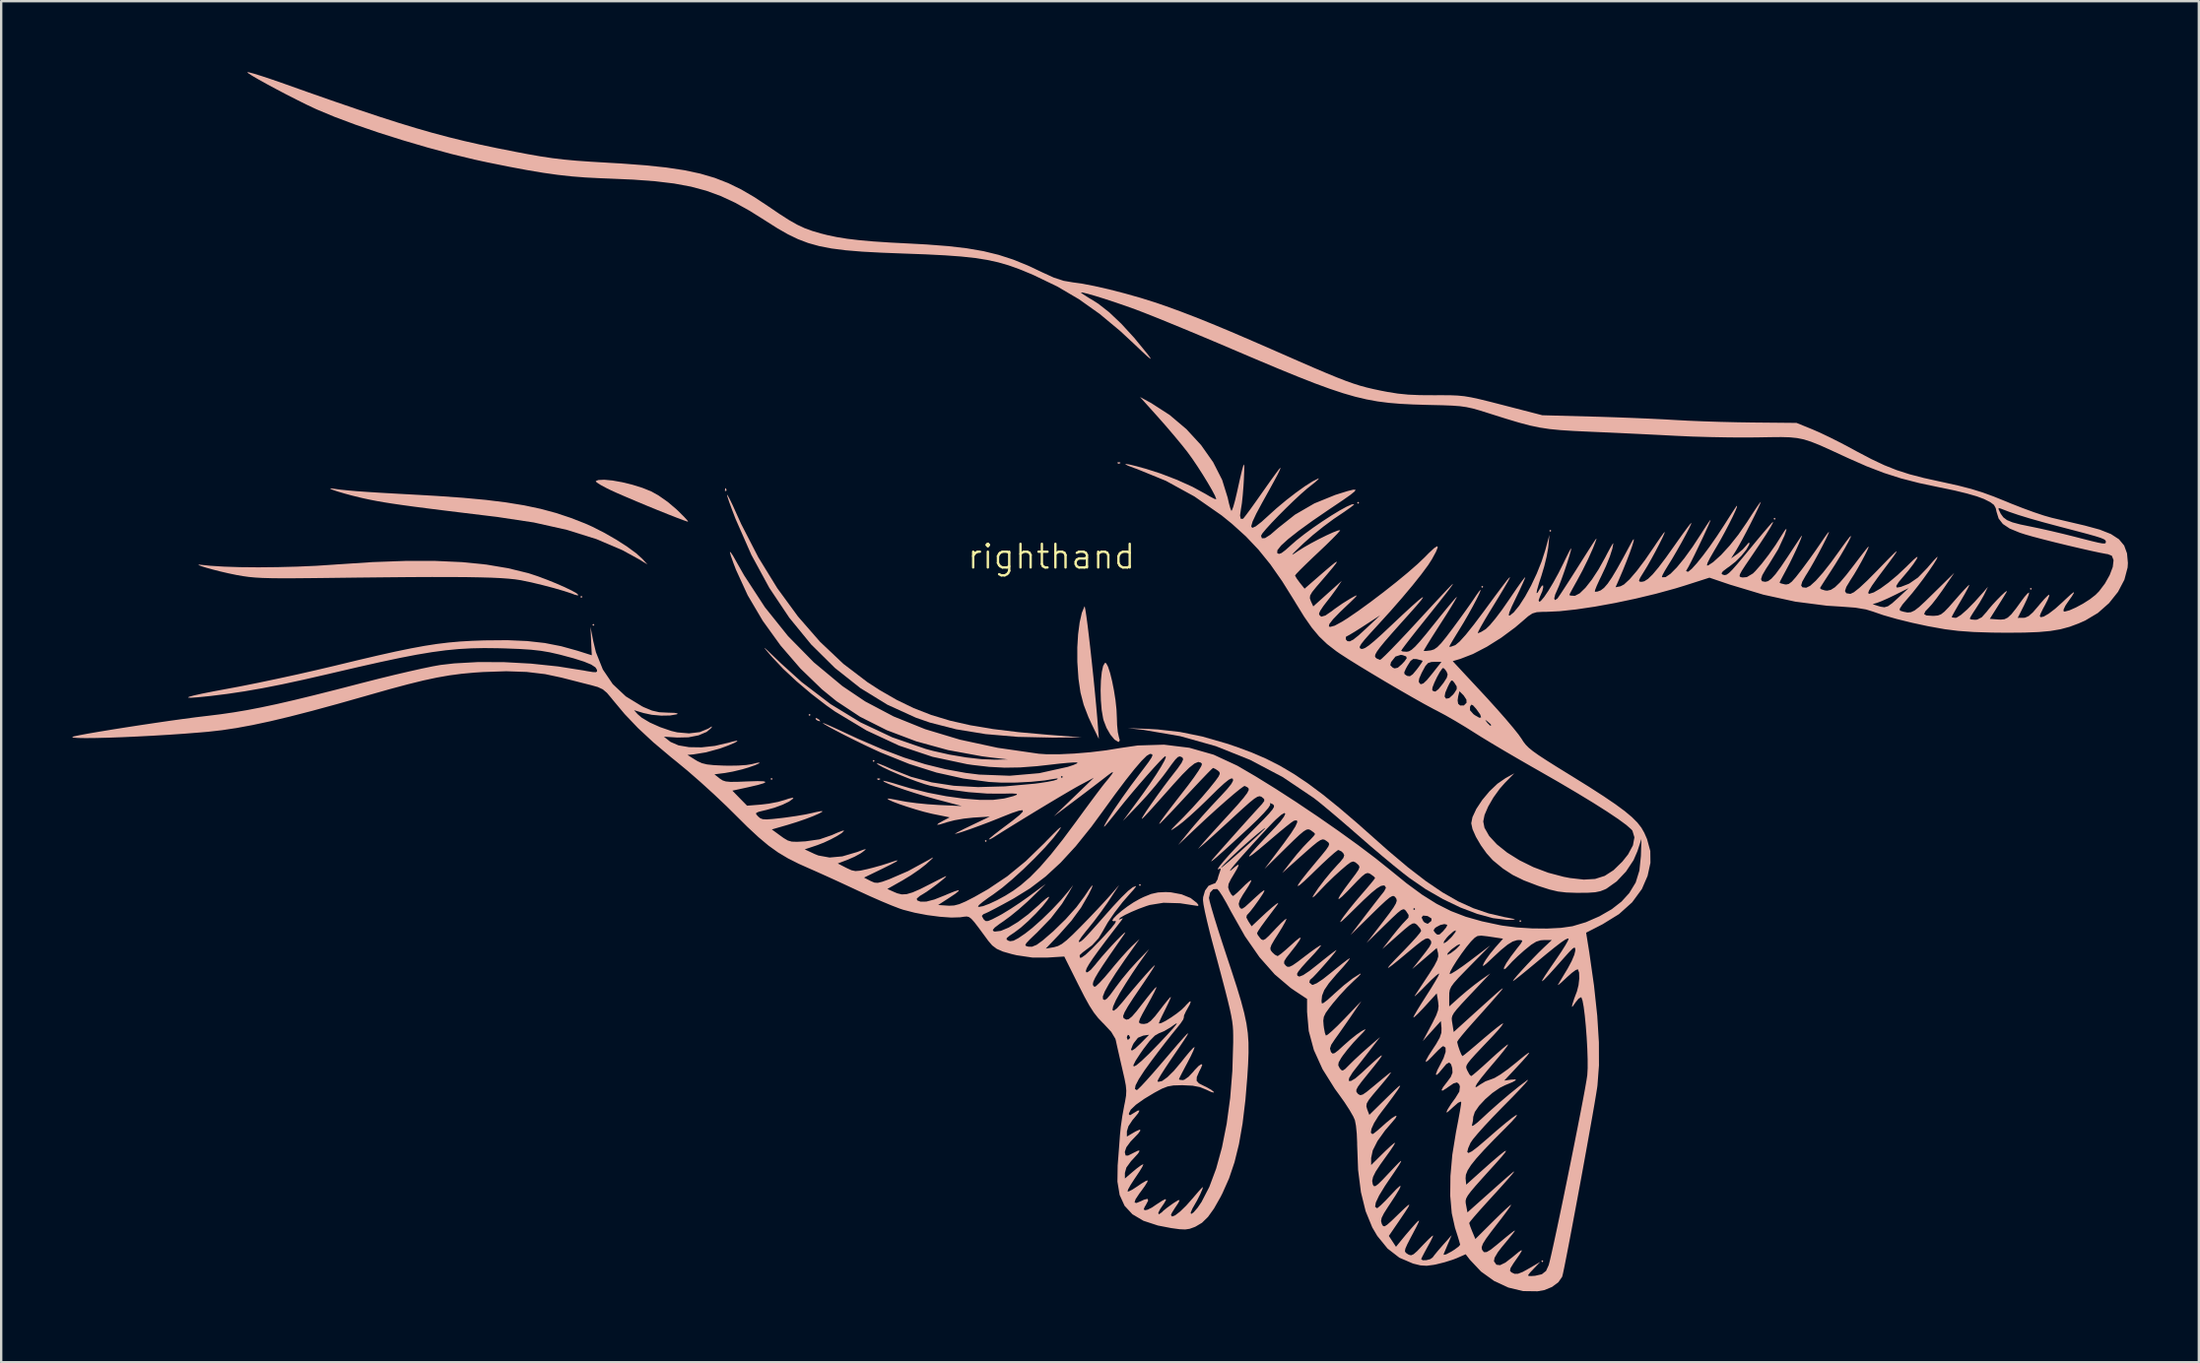
<source format=kicad_pcb>
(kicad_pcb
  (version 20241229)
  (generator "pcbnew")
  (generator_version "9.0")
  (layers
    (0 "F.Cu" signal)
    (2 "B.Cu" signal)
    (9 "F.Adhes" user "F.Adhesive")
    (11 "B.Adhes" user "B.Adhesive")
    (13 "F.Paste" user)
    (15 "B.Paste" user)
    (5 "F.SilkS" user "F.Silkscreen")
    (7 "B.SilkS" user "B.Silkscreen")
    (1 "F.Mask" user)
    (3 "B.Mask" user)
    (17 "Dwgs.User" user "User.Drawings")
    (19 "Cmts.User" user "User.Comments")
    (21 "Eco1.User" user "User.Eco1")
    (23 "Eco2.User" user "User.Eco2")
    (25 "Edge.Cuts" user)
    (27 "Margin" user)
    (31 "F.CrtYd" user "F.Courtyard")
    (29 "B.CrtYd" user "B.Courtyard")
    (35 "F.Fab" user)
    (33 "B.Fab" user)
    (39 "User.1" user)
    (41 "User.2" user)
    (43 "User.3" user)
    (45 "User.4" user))
  (footprint "righthand"
    (layer "F.Cu")
    (at 41.417 21)
    (property "Reference" "righthand" (at 0 -0.5 0) (unlocked yes) (layer "F.SilkS") (effects (font (size 1 1) (thickness 0.1))))
    (attr board_only exclude_from_pos_files exclude_from_bom)
    (fp_poly (pts (xy -19.924 1.201) (xy -19.881 1.243) (xy -19.839 1.201) (xy -19.881 1.158)) (stroke (width 0) (type solid)) (fill yes) (layer "B.SilkS"))
    (fp_poly (pts (xy -19.416 2.386) (xy -19.373 2.428) (xy -19.331 2.386) (xy -19.373 2.344)) (stroke (width 0) (type solid)) (fill yes) (layer "B.SilkS"))
    (fp_poly (pts (xy -11.88 8.905) (xy -11.838 8.948) (xy -11.796 8.905) (xy -11.838 8.863)) (stroke (width 0) (type solid)) (fill yes) (layer "B.SilkS"))
    (fp_poly (pts (xy -10.272 6.196) (xy -10.229 6.238) (xy -10.187 6.196) (xy -10.229 6.154)) (stroke (width 0) (type solid)) (fill yes) (layer "B.SilkS"))
    (fp_poly (pts (xy -7.562 8.143) (xy -7.52 8.186) (xy -7.478 8.143) (xy -7.52 8.101)) (stroke (width 0) (type solid)) (fill yes) (layer "B.SilkS"))
    (fp_poly (pts (xy -2.821 11.53) (xy -2.779 11.572) (xy -2.736 11.53) (xy -2.779 11.488)) (stroke (width 0) (type solid)) (fill yes) (layer "B.SilkS"))
    (fp_poly (pts (xy 3.698 13.393) (xy 3.741 13.435) (xy 3.783 13.393) (xy 3.741 13.35)) (stroke (width 0) (type solid)) (fill yes) (layer "B.SilkS"))
    (fp_poly (pts (xy 12.927 -2.779) (xy 12.969 -2.736) (xy 13.012 -2.779) (xy 12.969 -2.821)) (stroke (width 0) (type solid)) (fill yes) (layer "B.SilkS"))
    (fp_poly (pts (xy 18.176 0.777) (xy 18.219 0.82) (xy 18.261 0.777) (xy 18.219 0.735)) (stroke (width 0) (type solid)) (fill yes) (layer "B.SilkS"))
    (fp_poly (pts (xy 19.785 14.917) (xy 19.827 14.959) (xy 19.87 14.917) (xy 19.827 14.874)) (stroke (width 0) (type solid)) (fill yes) (layer "B.SilkS"))
    (fp_poly (pts (xy 20.716 29.31) (xy 20.759 29.352) (xy 20.801 29.31) (xy 20.759 29.268)) (stroke (width 0) (type solid)) (fill yes) (layer "B.SilkS"))
    (fp_poly (pts (xy 21.055 -1.593) (xy 21.097 -1.551) (xy 21.14 -1.593) (xy 21.097 -1.636)) (stroke (width 0) (type solid)) (fill yes) (layer "B.SilkS"))
    (fp_poly (pts (xy 30.538 -2.101) (xy 30.58 -2.059) (xy 30.622 -2.101) (xy 30.58 -2.144)) (stroke (width 0) (type solid)) (fill yes) (layer "B.SilkS"))
    (fp_poly (pts (xy 41.375 0.862) (xy 41.417 0.904) (xy 41.46 0.862) (xy 41.417 0.82)) (stroke (width 0) (type solid)) (fill yes) (layer "B.SilkS"))
    (fp_poly (pts (xy -13.799 -3.385) (xy -13.81 -3.285) (xy -13.799 -3.273) (xy -13.749 -3.284) (xy -13.743 -3.329) (xy -13.774 -3.399)) (stroke (width 0) (type solid)) (fill yes) (layer "B.SilkS"))
    (fp_poly (pts (xy -7.365 8.891) (xy -7.353 8.942) (xy -7.308 8.948) (xy -7.239 8.917) (xy -7.252 8.891) (xy -7.352 8.881)) (stroke (width 0) (type solid)) (fill yes) (layer "B.SilkS"))
    (fp_poly (pts (xy 2.795 -4.486) (xy 2.807 -4.436) (xy 2.852 -4.43) (xy 2.921 -4.461) (xy 2.908 -4.486) (xy 2.808 -4.496)) (stroke (width 0) (type solid)) (fill yes) (layer "B.SilkS"))
    (fp_poly (pts (xy -9.978 6.339) (xy -9.952 6.402) (xy -9.873 6.445) (xy -9.774 6.47) (xy -9.815 6.408) (xy -9.826 6.397) (xy -9.937 6.33)) (stroke (width 0) (type solid)) (fill yes) (layer "B.SilkS"))
    (fp_poly (pts (xy 1.285 1.876) (xy 1.193 2.282) (xy 1.127 2.784) (xy 1.093 3.345) (xy 1.094 3.93) (xy 1.096 3.98) (xy 1.143 4.669) (xy 1.227 5.246) (xy 1.363 5.768) (xy 1.563 6.289) (xy 1.708 6.603) (xy 2.004 7.212) (xy 1.974 6.789) (xy 1.937 6.322) (xy 1.89 5.788) (xy 1.835 5.207) (xy 1.775 4.603) (xy 1.711 3.998) (xy 1.647 3.415) (xy 1.585 2.876) (xy 1.528 2.404) (xy 1.477 2.021) (xy 1.436 1.75) (xy 1.408 1.613) (xy 1.398 1.603)) (stroke (width 0) (type solid)) (fill yes) (layer "B.SilkS"))
    (fp_poly (pts (xy 2.185 4.125) (xy 2.128 4.387) (xy 2.092 4.743) (xy 2.079 5.153) (xy 2.09 5.582) (xy 2.124 5.99) (xy 2.184 6.34) (xy 2.208 6.433) (xy 2.329 6.746) (xy 2.491 7.028) (xy 2.665 7.238) (xy 2.822 7.337) (xy 2.846 7.339) (xy 2.89 7.273) (xy 2.85 7.122) (xy 2.807 6.925) (xy 2.777 6.627) (xy 2.767 6.329) (xy 2.751 5.972) (xy 2.708 5.571) (xy 2.643 5.158) (xy 2.565 4.764) (xy 2.48 4.421) (xy 2.394 4.159) (xy 2.315 4.01) (xy 2.262 3.993)) (stroke (width 0) (type solid)) (fill yes) (layer "B.SilkS"))
    (fp_poly (pts (xy -19.167 -3.741) (xy -19.275 -3.695) (xy -19.23 -3.637) (xy -19.06 -3.529) (xy -18.798 -3.389) (xy -18.633 -3.309) (xy -18.352 -3.181) (xy -17.984 -3.022) (xy -17.56 -2.842) (xy -17.107 -2.653) (xy -16.653 -2.467) (xy -16.227 -2.296) (xy -15.857 -2.151) (xy -15.572 -2.043) (xy -15.401 -1.985) (xy -15.366 -1.977) (xy -15.397 -2.032) (xy -15.528 -2.176) (xy -15.735 -2.383) (xy -15.852 -2.496) (xy -16.222 -2.811) (xy -16.617 -3.088) (xy -16.918 -3.257) (xy -17.295 -3.409) (xy -17.718 -3.541) (xy -18.153 -3.648) (xy -18.563 -3.721) (xy -18.913 -3.754)) (stroke (width 0) (type solid)) (fill yes) (layer "B.SilkS"))
    (fp_poly (pts (xy -13.704 -3.039) (xy -13.634 -2.827) (xy -13.522 -2.519) (xy -13.379 -2.145) (xy -13.357 -2.089) (xy -12.69 -0.573) (xy -11.932 0.821) (xy -11.087 2.085) (xy -10.161 3.217) (xy -9.158 4.21) (xy -8.083 5.061) (xy -6.94 5.764) (xy -5.734 6.314) (xy -5.139 6.521) (xy -4.027 6.806) (xy -2.78 7.009) (xy -1.41 7.126) (xy 0.072 7.158) (xy 0.1 7.158) (xy 1.285 7.147) (xy -0.154 7.036) (xy -1.383 6.927) (xy -2.466 6.795) (xy -3.429 6.634) (xy -4.293 6.438) (xy -5.084 6.198) (xy -5.825 5.909) (xy -6.54 5.563) (xy -7.251 5.154) (xy -7.779 4.813) (xy -8.801 4.035) (xy -9.785 3.104) (xy -10.719 2.033) (xy -11.594 0.836) (xy -12.399 -0.474) (xy -13.123 -1.883) (xy -13.327 -2.333) (xy -13.477 -2.666) (xy -13.604 -2.928) (xy -13.69 -3.089) (xy -13.721 -3.125)) (stroke (width 0) (type solid)) (fill yes) (layer "B.SilkS"))
    (fp_poly (pts (xy -30.497 -3.37) (xy -30.388 -3.323) (xy -30.183 -3.254) (xy -29.905 -3.172) (xy -29.577 -3.083) (xy -29.221 -2.996) (xy -29.068 -2.961) (xy -28.813 -2.907) (xy -28.541 -2.854) (xy -28.238 -2.801) (xy -27.885 -2.745) (xy -27.467 -2.684) (xy -26.969 -2.616) (xy -26.373 -2.539) (xy -25.663 -2.45) (xy -24.823 -2.347) (xy -23.837 -2.227) (xy -23.437 -2.179) (xy -21.891 -1.945) (xy -20.492 -1.632) (xy -19.241 -1.24) (xy -18.139 -0.77) (xy -17.468 -0.402) (xy -17.087 -0.17) (xy -17.299 -0.403) (xy -17.564 -0.643) (xy -17.947 -0.924) (xy -18.41 -1.221) (xy -18.913 -1.51) (xy -19.418 -1.767) (xy -19.72 -1.902) (xy -20.333 -2.141) (xy -20.953 -2.347) (xy -21.601 -2.522) (xy -22.298 -2.67) (xy -23.066 -2.795) (xy -23.926 -2.901) (xy -24.899 -2.991) (xy -26.007 -3.069) (xy -26.791 -3.114) (xy -27.648 -3.161) (xy -28.354 -3.201) (xy -28.928 -3.237) (xy -29.39 -3.27) (xy -29.757 -3.302) (xy -30.05 -3.332) (xy -30.285 -3.364) (xy -30.338 -3.372) (xy -30.488 -3.389)) (stroke (width 0) (type solid)) (fill yes) (layer "B.SilkS"))
    (fp_poly (pts (xy 3.902 6.832) (xy 5.447 7.096) (xy 6.951 7.519) (xy 8.399 8.098) (xy 9.777 8.825) (xy 11.071 9.696) (xy 11.234 9.82) (xy 11.475 10.015) (xy 11.811 10.295) (xy 12.211 10.634) (xy 12.643 11.006) (xy 13.055 11.366) (xy 13.511 11.762) (xy 13.99 12.168) (xy 14.451 12.551) (xy 14.858 12.879) (xy 15.129 13.089) (xy 15.826 13.569) (xy 16.559 13.991) (xy 17.297 14.345) (xy 18.011 14.617) (xy 18.672 14.795) (xy 19.251 14.866) (xy 19.354 14.867) (xy 19.543 14.861) (xy 19.606 14.849) (xy 19.531 14.823) (xy 19.307 14.778) (xy 19.15 14.749) (xy 18.49 14.595) (xy 17.847 14.377) (xy 17.203 14.085) (xy 16.54 13.706) (xy 15.839 13.231) (xy 15.081 12.648) (xy 14.249 11.946) (xy 13.804 11.551) (xy 12.939 10.783) (xy 12.17 10.126) (xy 11.478 9.566) (xy 10.843 9.092) (xy 10.244 8.69) (xy 9.664 8.347) (xy 9.081 8.051) (xy 8.475 7.789) (xy 7.829 7.548) (xy 7.381 7.399) (xy 6.374 7.109) (xy 5.432 6.917) (xy 4.493 6.811) (xy 4.123 6.791) (xy 3.233 6.755)) (stroke (width 0) (type solid)) (fill yes) (layer "B.SilkS"))
    (fp_poly (pts (xy -28.709 -0.269) (xy -30.249 -0.169) (xy -30.338 -0.162) (xy -31.095 -0.112) (xy -31.903 -0.077) (xy -32.729 -0.056) (xy -33.541 -0.048) (xy -34.307 -0.055) (xy -34.995 -0.077) (xy -35.571 -0.113) (xy -35.926 -0.151) (xy -36.067 -0.163) (xy -36.068 -0.142) (xy -35.952 -0.096) (xy -35.745 -0.031) (xy -35.471 0.045) (xy -35.153 0.126) (xy -34.817 0.204) (xy -34.485 0.273) (xy -34.443 0.281) (xy -34.193 0.324) (xy -33.946 0.359) (xy -33.679 0.384) (xy -33.371 0.402) (xy -32.999 0.412) (xy -32.539 0.417) (xy -31.97 0.415) (xy -31.27 0.409) (xy -30.719 0.403) (xy -29.365 0.387) (xy -28.17 0.375) (xy -27.121 0.366) (xy -26.208 0.362) (xy -25.42 0.363) (xy -24.746 0.367) (xy -24.174 0.377) (xy -23.693 0.39) (xy -23.292 0.409) (xy -22.96 0.433) (xy -22.685 0.461) (xy -22.458 0.495) (xy -22.421 0.502) (xy -22 0.589) (xy -21.527 0.703) (xy -21.05 0.828) (xy -20.617 0.954) (xy -20.278 1.065) (xy -20.157 1.113) (xy -20.035 1.141) (xy -20.008 1.12) (xy -20.083 1.05) (xy -20.284 0.937) (xy -20.579 0.795) (xy -20.936 0.638) (xy -21.323 0.481) (xy -21.706 0.337) (xy -22.054 0.221) (xy -22.128 0.198) (xy -22.974 -0.009) (xy -23.903 -0.165) (xy -24.928 -0.268) (xy -26.062 -0.319) (xy -27.318 -0.319)) (stroke (width 0) (type solid)) (fill yes) (layer "B.SilkS"))
    (fp_poly (pts (xy -33.97 -20.953) (xy -33.803 -20.845) (xy -33.534 -20.688) (xy -33.187 -20.495) (xy -32.788 -20.28) (xy -32.36 -20.055) (xy -31.928 -19.835) (xy -31.518 -19.631) (xy -31.153 -19.458) (xy -31.057 -19.415) (xy -30.312 -19.104) (xy -29.436 -18.776) (xy -28.468 -18.444) (xy -27.442 -18.119) (xy -26.398 -17.812) (xy -25.37 -17.534) (xy -24.397 -17.298) (xy -23.861 -17.182) (xy -22.952 -16.999) (xy -22.175 -16.853) (xy -21.495 -16.739) (xy -20.878 -16.652) (xy -20.291 -16.587) (xy -19.701 -16.541) (xy -19.074 -16.509) (xy -18.738 -16.496) (xy -17.679 -16.45) (xy -16.761 -16.382) (xy -15.959 -16.286) (xy -15.246 -16.154) (xy -14.595 -15.979) (xy -13.98 -15.754) (xy -13.375 -15.472) (xy -12.752 -15.125) (xy -12.085 -14.706) (xy -12.062 -14.691) (xy -11.585 -14.389) (xy -11.146 -14.138) (xy -10.722 -13.933) (xy -10.288 -13.768) (xy -9.822 -13.638) (xy -9.301 -13.537) (xy -8.703 -13.461) (xy -8.003 -13.403) (xy -7.179 -13.359) (xy -6.25 -13.323) (xy -5.302 -13.288) (xy -4.499 -13.247) (xy -3.816 -13.197) (xy -3.23 -13.134) (xy -2.717 -13.053) (xy -2.252 -12.951) (xy -1.81 -12.823) (xy -1.368 -12.665) (xy -0.902 -12.474) (xy -0.734 -12.401) (xy 0.253 -11.925) (xy 1.163 -11.39) (xy 2.036 -10.771) (xy 2.912 -10.041) (xy 3.46 -9.532) (xy 3.805 -9.204) (xy 4.038 -8.989) (xy 4.167 -8.88) (xy 4.201 -8.872) (xy 4.147 -8.958) (xy 4.05 -9.086) (xy 3.497 -9.761) (xy 2.956 -10.351) (xy 2.445 -10.836) (xy 1.985 -11.197) (xy 1.831 -11.296) (xy 1.558 -11.461) (xy 1.353 -11.592) (xy 1.249 -11.665) (xy 1.243 -11.673) (xy 1.318 -11.673) (xy 1.526 -11.623) (xy 1.838 -11.534) (xy 2.229 -11.413) (xy 2.671 -11.268) (xy 3.137 -11.108) (xy 3.556 -10.958) (xy 3.9 -10.826) (xy 4.373 -10.639) (xy 4.947 -10.406) (xy 5.596 -10.139) (xy 6.294 -9.848) (xy 7.012 -9.546) (xy 7.594 -9.298) (xy 8.669 -8.841) (xy 9.606 -8.447) (xy 10.424 -8.113) (xy 11.139 -7.832) (xy 11.77 -7.601) (xy 12.334 -7.413) (xy 12.848 -7.265) (xy 13.33 -7.151) (xy 13.796 -7.066) (xy 14.266 -7.006) (xy 14.756 -6.965) (xy 15.284 -6.938) (xy 15.867 -6.92) (xy 15.992 -6.917) (xy 16.534 -6.905) (xy 16.947 -6.889) (xy 17.272 -6.865) (xy 17.549 -6.826) (xy 17.82 -6.767) (xy 18.124 -6.681) (xy 18.502 -6.562) (xy 18.574 -6.539) (xy 19.232 -6.332) (xy 19.77 -6.171) (xy 20.229 -6.049) (xy 20.648 -5.961) (xy 21.069 -5.897) (xy 21.532 -5.852) (xy 22.077 -5.817) (xy 22.745 -5.786) (xy 22.833 -5.782) (xy 23.529 -5.752) (xy 24.303 -5.716) (xy 25.093 -5.678) (xy 25.834 -5.641) (xy 26.431 -5.61) (xy 27.104 -5.58) (xy 27.875 -5.558) (xy 28.672 -5.544) (xy 29.424 -5.541) (xy 29.86 -5.545) (xy 30.421 -5.554) (xy 30.865 -5.558) (xy 31.225 -5.548) (xy 31.532 -5.517) (xy 31.821 -5.458) (xy 32.122 -5.363) (xy 32.467 -5.226) (xy 32.89 -5.038) (xy 33.422 -4.792) (xy 33.686 -4.67) (xy 34.476 -4.322) (xy 35.203 -4.042) (xy 35.925 -3.811) (xy 36.7 -3.612) (xy 37.584 -3.425) (xy 37.624 -3.418) (xy 38.196 -3.298) (xy 38.713 -3.172) (xy 39.137 -3.05) (xy 39.431 -2.941) (xy 39.44 -2.937) (xy 39.708 -2.802) (xy 39.86 -2.687) (xy 39.935 -2.55) (xy 39.968 -2.399) (xy 40.057 -2.112) (xy 40.236 -1.881) (xy 40.528 -1.686) (xy 40.957 -1.51) (xy 41.182 -1.438) (xy 41.504 -1.346) (xy 41.928 -1.234) (xy 42.418 -1.11) (xy 42.939 -0.983) (xy 43.453 -0.862) (xy 43.926 -0.754) (xy 44.322 -0.669) (xy 44.604 -0.615) (xy 44.677 -0.604) (xy 44.844 -0.538) (xy 44.913 -0.364) (xy 44.916 -0.337) (xy 44.884 -0.063) (xy 44.755 0.278) (xy 44.553 0.637) (xy 44.305 0.966) (xy 44.155 1.118) (xy 43.918 1.303) (xy 43.626 1.489) (xy 43.323 1.652) (xy 43.053 1.771) (xy 42.858 1.823) (xy 42.808 1.82) (xy 42.802 1.742) (xy 42.881 1.575) (xy 42.962 1.453) (xy 43.154 1.18) (xy 43.244 1.031) (xy 43.229 1.005) (xy 43.106 1.102) (xy 42.869 1.321) (xy 42.762 1.423) (xy 42.447 1.706) (xy 42.173 1.915) (xy 41.96 2.038) (xy 41.83 2.062) (xy 41.798 2.008) (xy 41.837 1.902) (xy 41.935 1.702) (xy 42.02 1.546) (xy 42.136 1.318) (xy 42.198 1.157) (xy 42.2 1.108) (xy 42.132 1.149) (xy 41.988 1.295) (xy 41.796 1.517) (xy 41.746 1.578) (xy 41.508 1.855) (xy 41.329 2.014) (xy 41.176 2.082) (xy 41.099 2.089) (xy 40.865 2.09) (xy 41.125 1.573) (xy 41.25 1.31) (xy 41.33 1.11) (xy 41.347 1.017) (xy 41.346 1.017) (xy 41.28 1.057) (xy 41.152 1.202) (xy 41.046 1.343) (xy 40.788 1.699) (xy 40.597 1.937) (xy 40.445 2.079) (xy 40.305 2.148) (xy 40.15 2.164) (xy 40.035 2.159) (xy 39.684 2.132) (xy 40.005 1.624) (xy 40.176 1.352) (xy 40.316 1.124) (xy 40.397 0.99) (xy 40.397 0.989) (xy 40.399 0.951) (xy 40.314 1.013) (xy 40.168 1.148) (xy 39.988 1.331) (xy 39.8 1.533) (xy 39.63 1.731) (xy 39.546 1.839) (xy 39.343 2.066) (xy 39.154 2.163) (xy 39.068 2.172) (xy 38.899 2.159) (xy 38.835 2.126) (xy 38.879 2.034) (xy 38.991 1.853) (xy 39.077 1.724) (xy 39.256 1.444) (xy 39.417 1.162) (xy 39.462 1.074) (xy 39.605 0.777) (xy 39.423 0.989) (xy 39.048 1.408) (xy 38.723 1.739) (xy 38.462 1.968) (xy 38.281 2.08) (xy 38.238 2.09) (xy 38.102 2.074) (xy 38.073 2.054) (xy 38.113 1.971) (xy 38.221 1.776) (xy 38.376 1.507) (xy 38.458 1.367) (xy 38.626 1.076) (xy 38.751 0.847) (xy 38.814 0.712) (xy 38.818 0.691) (xy 38.756 0.74) (xy 38.608 0.893) (xy 38.399 1.124) (xy 38.214 1.335) (xy 37.951 1.635) (xy 37.764 1.829) (xy 37.621 1.94) (xy 37.489 1.99) (xy 37.334 2.004) (xy 37.261 2.005) (xy 37.004 1.989) (xy 36.905 1.931) (xy 36.958 1.813) (xy 37.098 1.667) (xy 37.242 1.507) (xy 37.442 1.251) (xy 37.664 0.945) (xy 37.745 0.827) (xy 38.182 0.185) (xy 37.302 1.05) (xy 36.952 1.392) (xy 36.696 1.63) (xy 36.504 1.778) (xy 36.349 1.851) (xy 36.203 1.864) (xy 36.037 1.831) (xy 35.885 1.785) (xy 35.873 1.708) (xy 35.99 1.527) (xy 36.21 1.27) (xy 36.409 1.037) (xy 36.572 0.831) (xy 36.253 0.831) (xy 35.802 1.249) (xy 35.551 1.475) (xy 35.374 1.6) (xy 35.227 1.642) (xy 35.063 1.618) (xy 34.94 1.581) (xy 34.729 1.512) (xy 34.939 1.447) (xy 35.119 1.377) (xy 35.392 1.256) (xy 35.697 1.109) (xy 35.701 1.107) (xy 36.253 0.831) (xy 36.572 0.831) (xy 36.641 0.744) (xy 36.883 0.424) (xy 37.11 0.107) (xy 37.301 -0.173) (xy 37.432 -0.385) (xy 37.48 -0.496) (xy 37.431 -0.462) (xy 37.299 -0.323) (xy 37.111 -0.107) (xy 37.042 -0.025) (xy 36.647 0.384) (xy 36.281 0.637) (xy 36.23 0.66) (xy 35.921 0.78) (xy 35.754 0.81) (xy 35.725 0.744) (xy 35.831 0.575) (xy 36.013 0.36) (xy 36.245 0.085) (xy 36.452 -0.185) (xy 36.583 -0.381) (xy 36.63 -0.483) (xy 36.59 -0.48) (xy 36.455 -0.365) (xy 36.217 -0.133) (xy 36.167 -0.083) (xy 35.783 0.279) (xy 35.405 0.596) (xy 35.061 0.847) (xy 34.777 1.013) (xy 34.581 1.074) (xy 34.579 1.074) (xy 34.539 1.039) (xy 34.58 0.925) (xy 34.708 0.716) (xy 34.933 0.4) (xy 35.078 0.206) (xy 35.401 -0.226) (xy 35.621 -0.525) (xy 35.734 -0.693) (xy 35.74 -0.731) (xy 35.635 -0.64) (xy 35.417 -0.424) (xy 35.086 -0.082) (xy 34.929 0.08) (xy 34.498 0.515) (xy 34.168 0.823) (xy 33.934 1.008) (xy 33.79 1.075) (xy 33.781 1.075) (xy 33.615 1.048) (xy 33.559 0.956) (xy 33.616 0.781) (xy 33.784 0.502) (xy 33.806 0.468) (xy 33.949 0.244) (xy 34.107 -0.023) (xy 34.263 -0.302) (xy 34.401 -0.563) (xy 34.505 -0.774) (xy 34.559 -0.904) (xy 34.546 -0.923) (xy 34.539 -0.916) (xy 34.456 -0.815) (xy 34.297 -0.613) (xy 34.089 -0.342) (xy 33.947 -0.154) (xy 33.609 0.282) (xy 33.345 0.593) (xy 33.135 0.795) (xy 32.962 0.905) (xy 32.806 0.939) (xy 32.714 0.93) (xy 32.553 0.881) (xy 32.503 0.83) (xy 32.558 0.739) (xy 32.682 0.544) (xy 32.853 0.28) (xy 32.915 0.185) (xy 33.146 -0.175) (xy 33.365 -0.533) (xy 33.557 -0.861) (xy 33.706 -1.13) (xy 33.796 -1.313) (xy 33.811 -1.382) (xy 33.81 -1.382) (xy 33.746 -1.317) (xy 33.612 -1.145) (xy 33.433 -0.899) (xy 33.37 -0.81) (xy 32.975 -0.264) (xy 32.623 0.184) (xy 32.323 0.521) (xy 32.086 0.735) (xy 31.923 0.814) (xy 31.918 0.815) (xy 31.761 0.798) (xy 31.705 0.721) (xy 31.751 0.562) (xy 31.901 0.298) (xy 31.948 0.225) (xy 32.093 -0.015) (xy 32.263 -0.314) (xy 32.441 -0.639) (xy 32.609 -0.958) (xy 32.75 -1.238) (xy 32.847 -1.445) (xy 32.882 -1.546) (xy 32.879 -1.551) (xy 32.82 -1.486) (xy 32.696 -1.315) (xy 32.533 -1.075) (xy 32.526 -1.064) (xy 32.32 -0.765) (xy 32.059 -0.398) (xy 31.788 -0.031) (xy 31.714 0.068) (xy 31.477 0.371) (xy 31.31 0.559) (xy 31.185 0.654) (xy 31.074 0.679) (xy 31.008 0.672) (xy 30.847 0.631) (xy 30.792 0.601) (xy 30.829 0.518) (xy 30.929 0.327) (xy 31.069 0.067) (xy 31.084 0.039) (xy 31.218 -0.215) (xy 31.358 -0.501) (xy 31.494 -0.788) (xy 31.61 -1.048) (xy 31.696 -1.253) (xy 31.737 -1.373) (xy 31.721 -1.379) (xy 31.701 -1.35) (xy 31.61 -1.212) (xy 31.452 -0.973) (xy 31.255 -0.674) (xy 31.143 -0.504) (xy 30.849 -0.068) (xy 30.623 0.239) (xy 30.447 0.434) (xy 30.306 0.537) (xy 30.189 0.566) (xy 30.052 0.541) (xy 30.009 0.453) (xy 30.063 0.284) (xy 30.221 0.013) (xy 30.338 -0.165) (xy 30.736 -0.817) (xy 31.003 -1.396) (xy 31.082 -1.636) (xy 31.076 -1.679) (xy 31.003 -1.593) (xy 30.878 -1.396) (xy 30.87 -1.382) (xy 30.622 -0.991) (xy 30.332 -0.579) (xy 30.035 -0.195) (xy 29.768 0.112) (xy 29.667 0.212) (xy 29.409 0.366) (xy 29.233 0.382) (xy 29.144 0.366) (xy 29.101 0.329) (xy 29.115 0.248) (xy 29.196 0.098) (xy 29.353 -0.143) (xy 29.591 -0.493) (xy 29.944 -1.015) (xy 30.218 -1.433) (xy 30.407 -1.737) (xy 30.506 -1.92) (xy 30.515 -1.974) (xy 30.451 -1.912) (xy 30.3 -1.741) (xy 30.08 -1.482) (xy 29.809 -1.158) (xy 29.617 -0.925) (xy 29.259 -0.489) (xy 28.99 -0.169) (xy 28.795 0.052) (xy 28.656 0.19) (xy 28.556 0.261) (xy 28.479 0.282) (xy 28.408 0.268) (xy 28.385 0.26) (xy 28.335 0.209) (xy 28.395 0.122) (xy 28.583 -0.022) (xy 28.668 -0.08) (xy 28.934 -0.29) (xy 29.184 -0.541) (xy 29.386 -0.792) (xy 29.505 -1.002) (xy 29.522 -1.081) (xy 29.482 -1.086) (xy 29.393 -0.982) (xy 29.235 -0.806) (xy 29.022 -0.626) (xy 29.004 -0.613) (xy 28.743 -0.427) (xy 28.955 -0.763) (xy 29.07 -0.96) (xy 29.223 -1.238) (xy 29.396 -1.565) (xy 29.573 -1.91) (xy 29.738 -2.24) (xy 29.875 -2.523) (xy 29.968 -2.727) (xy 29.999 -2.819) (xy 29.997 -2.821) (xy 29.942 -2.754) (xy 29.814 -2.571) (xy 29.634 -2.3) (xy 29.419 -1.967) (xy 29.405 -1.946) (xy 29.055 -1.437) (xy 28.684 -0.969) (xy 28.318 -0.569) (xy 27.984 -0.268) (xy 27.773 -0.128) (xy 27.72 -0.126) (xy 27.744 -0.228) (xy 27.852 -0.444) (xy 28.049 -0.786) (xy 28.116 -0.898) (xy 28.298 -1.212) (xy 28.483 -1.55) (xy 28.659 -1.886) (xy 28.811 -2.191) (xy 28.926 -2.439) (xy 28.991 -2.603) (xy 28.992 -2.655) (xy 28.976 -2.642) (xy 28.916 -2.557) (xy 28.786 -2.36) (xy 28.608 -2.083) (xy 28.445 -1.826) (xy 28.143 -1.366) (xy 27.84 -0.93) (xy 27.55 -0.54) (xy 27.292 -0.219) (xy 27.083 0.012) (xy 26.941 0.13) (xy 26.908 0.14) (xy 26.838 0.108) (xy 26.878 0.036) (xy 26.941 -0.07) (xy 27.053 -0.286) (xy 27.198 -0.577) (xy 27.36 -0.912) (xy 27.523 -1.255) (xy 27.671 -1.575) (xy 27.789 -1.837) (xy 27.861 -2.009) (xy 27.874 -2.059) (xy 27.82 -1.993) (xy 27.7 -1.817) (xy 27.538 -1.566) (xy 27.494 -1.495) (xy 27.114 -0.915) (xy 26.762 -0.428) (xy 26.448 -0.045) (xy 26.182 0.224) (xy 25.973 0.367) (xy 25.832 0.373) (xy 25.816 0.36) (xy 25.843 0.279) (xy 25.94 0.098) (xy 26.075 -0.124) (xy 26.255 -0.415) (xy 26.452 -0.753) (xy 26.649 -1.102) (xy 26.827 -1.429) (xy 26.968 -1.7) (xy 27.051 -1.879) (xy 27.066 -1.93) (xy 27.021 -1.889) (xy 26.897 -1.731) (xy 26.71 -1.478) (xy 26.479 -1.154) (xy 26.368 -0.996) (xy 25.982 -0.453) (xy 25.672 -0.042) (xy 25.425 0.252) (xy 25.229 0.442) (xy 25.072 0.542) (xy 24.962 0.566) (xy 24.87 0.556) (xy 24.849 0.505) (xy 24.905 0.381) (xy 25.047 0.152) (xy 25.066 0.121) (xy 25.21 -0.116) (xy 25.376 -0.41) (xy 25.548 -0.727) (xy 25.708 -1.034) (xy 25.838 -1.296) (xy 25.92 -1.48) (xy 25.937 -1.551) (xy 25.937 -1.551) (xy 25.88 -1.485) (xy 25.753 -1.31) (xy 25.58 -1.058) (xy 25.5 -0.937) (xy 25.105 -0.361) (xy 24.752 0.107) (xy 24.452 0.457) (xy 24.214 0.677) (xy 24.065 0.755) (xy 23.857 0.795) (xy 23.991 0.49) (xy 24.166 0.08) (xy 24.322 -0.307) (xy 24.454 -0.651) (xy 24.554 -0.934) (xy 24.616 -1.136) (xy 24.633 -1.238) (xy 24.599 -1.219) (xy 24.521 -1.085) (xy 24.188 -0.466) (xy 23.919 0.019) (xy 23.7 0.384) (xy 23.521 0.646) (xy 23.369 0.821) (xy 23.232 0.925) (xy 23.098 0.976) (xy 22.982 0.988) (xy 22.989 0.919) (xy 23.061 0.734) (xy 23.183 0.467) (xy 23.249 0.333) (xy 23.45 -0.097) (xy 23.613 -0.501) (xy 23.722 -0.838) (xy 23.764 -1.068) (xy 23.764 -1.071) (xy 23.729 -1.033) (xy 23.635 -0.874) (xy 23.499 -0.622) (xy 23.423 -0.474) (xy 23.141 0.033) (xy 22.855 0.471) (xy 22.583 0.817) (xy 22.341 1.052) (xy 22.144 1.155) (xy 22.112 1.158) (xy 21.953 1.147) (xy 21.902 1.124) (xy 21.94 1.039) (xy 22.043 0.847) (xy 22.187 0.587) (xy 22.207 0.553) (xy 22.455 0.093) (xy 22.695 -0.394) (xy 22.897 -0.845) (xy 23.008 -1.128) (xy 23.037 -1.211) (xy 23.05 -1.259) (xy 23.035 -1.256) (xy 22.983 -1.186) (xy 22.883 -1.035) (xy 22.724 -0.787) (xy 22.495 -0.427) (xy 22.188 0.059) (xy 22.171 0.086) (xy 21.923 0.475) (xy 21.703 0.816) (xy 21.529 1.081) (xy 21.417 1.244) (xy 21.389 1.28) (xy 21.293 1.339) (xy 21.263 1.272) (xy 21.302 1.107) (xy 21.378 0.934) (xy 21.463 0.74) (xy 21.573 0.452) (xy 21.693 0.115) (xy 21.808 -0.229) (xy 21.905 -0.536) (xy 21.968 -0.762) (xy 21.984 -0.857) (xy 21.95 -0.813) (xy 21.86 -0.646) (xy 21.732 -0.387) (xy 21.658 -0.233) (xy 21.445 0.193) (xy 21.225 0.593) (xy 21.016 0.942) (xy 20.833 1.212) (xy 20.693 1.376) (xy 20.631 1.412) (xy 20.603 1.348) (xy 20.662 1.183) (xy 20.672 1.163) (xy 20.759 0.959) (xy 20.798 0.799) (xy 20.791 0.714) (xy 20.738 0.734) (xy 20.664 0.848) (xy 20.558 1.025) (xy 20.515 1.045) (xy 20.537 0.908) (xy 20.621 0.616) (xy 20.722 0.307) (xy 20.842 -0.095) (xy 20.943 -0.508) (xy 21.005 -0.857) (xy 21.013 -0.921) (xy 21.06 -1.424) (xy 20.888 -0.789) (xy 20.729 -0.295) (xy 20.523 0.219) (xy 20.285 0.723) (xy 20.033 1.185) (xy 19.783 1.573) (xy 19.552 1.857) (xy 19.385 1.993) (xy 19.338 1.984) (xy 19.364 1.861) (xy 19.467 1.613) (xy 19.637 1.257) (xy 19.801 0.917) (xy 19.933 0.631) (xy 20.017 0.435) (xy 20.039 0.367) (xy 19.995 0.407) (xy 19.874 0.566) (xy 19.692 0.822) (xy 19.466 1.152) (xy 19.34 1.338) (xy 19.047 1.76) (xy 18.772 2.123) (xy 18.539 2.401) (xy 18.368 2.565) (xy 18.353 2.575) (xy 18.167 2.688) (xy 18.047 2.737) (xy 18.031 2.735) (xy 18.06 2.654) (xy 18.163 2.459) (xy 18.324 2.178) (xy 18.526 1.841) (xy 18.537 1.824) (xy 18.884 1.257) (xy 19.142 0.828) (xy 19.311 0.538) (xy 19.389 0.387) (xy 19.375 0.374) (xy 19.266 0.499) (xy 19.064 0.763) (xy 18.764 1.164) (xy 18.368 1.702) (xy 18.302 1.793) (xy 17.868 2.371) (xy 17.521 2.805) (xy 17.26 3.094) (xy 17.086 3.239) (xy 17.065 3.249) (xy 16.898 3.309) (xy 16.822 3.314) (xy 16.822 3.312) (xy 16.864 3.228) (xy 16.976 3.035) (xy 17.14 2.767) (xy 17.236 2.611) (xy 17.432 2.289) (xy 17.632 1.943) (xy 17.82 1.603) (xy 17.98 1.3) (xy 18.095 1.065) (xy 18.149 0.927) (xy 18.146 0.904) (xy 18.086 0.969) (xy 17.967 1.134) (xy 17.88 1.264) (xy 17.738 1.472) (xy 17.524 1.775) (xy 17.265 2.134) (xy 16.99 2.508) (xy 16.978 2.525) (xy 16.692 2.903) (xy 16.48 3.164) (xy 16.318 3.329) (xy 16.184 3.422) (xy 16.056 3.464) (xy 16.037 3.467) (xy 15.844 3.491) (xy 15.744 3.492) (xy 15.742 3.491) (xy 15.778 3.417) (xy 15.892 3.226) (xy 16.068 2.942) (xy 16.292 2.59) (xy 16.446 2.349) (xy 16.692 1.966) (xy 16.898 1.636) (xy 17.05 1.383) (xy 17.134 1.232) (xy 17.145 1.201) (xy 17.087 1.255) (xy 16.941 1.422) (xy 16.725 1.681) (xy 16.456 2.011) (xy 16.187 2.347) (xy 15.839 2.78) (xy 15.576 3.094) (xy 15.38 3.308) (xy 15.233 3.44) (xy 15.118 3.506) (xy 15.023 3.524) (xy 14.853 3.513) (xy 14.79 3.482) (xy 14.84 3.404) (xy 14.979 3.217) (xy 15.188 2.946) (xy 15.449 2.614) (xy 15.618 2.403) (xy 16.056 1.855) (xy 16.396 1.427) (xy 16.649 1.106) (xy 16.823 0.88) (xy 16.928 0.737) (xy 16.973 0.665) (xy 16.973 0.65) (xy 16.91 0.71) (xy 16.747 0.878) (xy 16.502 1.139) (xy 16.189 1.475) (xy 15.823 1.87) (xy 15.465 2.259) (xy 15.063 2.694) (xy 14.695 3.084) (xy 14.379 3.413) (xy 14.129 3.664) (xy 13.963 3.821) (xy 13.898 3.868) (xy 13.763 3.814) (xy 13.709 3.769) (xy 13.683 3.717) (xy 13.698 3.638) (xy 13.765 3.516) (xy 13.895 3.337) (xy 14.099 3.088) (xy 14.389 2.754) (xy 14.774 2.321) (xy 15.128 1.927) (xy 15.443 1.572) (xy 15.64 1.337) (xy 15.718 1.222) (xy 15.678 1.227) (xy 15.519 1.352) (xy 15.24 1.598) (xy 14.843 1.964) (xy 14.388 2.393) (xy 13.971 2.784) (xy 13.656 3.067) (xy 13.426 3.256) (xy 13.263 3.365) (xy 13.151 3.406) (xy 13.094 3.401) (xy 13.04 3.367) (xy 13.04 3.302) (xy 13.106 3.187) (xy 13.253 3.003) (xy 13.492 2.733) (xy 13.797 2.401) (xy 14.177 1.982) (xy 13.901 1.982) (xy 13.308 2.54) (xy 12.992 2.829) (xy 12.769 3.007) (xy 12.618 3.085) (xy 12.517 3.076) (xy 12.451 3.005) (xy 12.45 2.897) (xy 12.489 2.871) (xy 12.6 2.812) (xy 12.815 2.683) (xy 13.096 2.506) (xy 13.244 2.41) (xy 13.901 1.982) (xy 14.177 1.982) (xy 14.331 1.813) (xy 14.829 1.243) (xy 15.273 0.714) (xy 15.646 0.245) (xy 15.932 -0.142) (xy 16.092 -0.391) (xy 16.264 -0.709) (xy 16.338 -0.892) (xy 16.311 -0.942) (xy 16.182 -0.858) (xy 15.95 -0.642) (xy 15.789 -0.477) (xy 15.481 -0.184) (xy 15.066 0.178) (xy 14.576 0.582) (xy 14.044 1.002) (xy 13.504 1.412) (xy 12.988 1.787) (xy 12.53 2.101) (xy 12.292 2.251) (xy 11.978 2.421) (xy 11.786 2.473) (xy 11.733 2.454) (xy 11.751 2.354) (xy 11.905 2.154) (xy 12.195 1.854) (xy 12.351 1.704) (xy 12.649 1.421) (xy 12.832 1.241) (xy 12.908 1.153) (xy 12.886 1.143) (xy 12.773 1.2) (xy 12.631 1.28) (xy 12.309 1.48) (xy 11.979 1.71) (xy 11.848 1.811) (xy 11.585 1.991) (xy 11.407 2.041) (xy 11.324 1.959) (xy 11.318 1.903) (xy 11.368 1.789) (xy 11.495 1.598) (xy 11.598 1.463) (xy 11.809 1.192) (xy 12.012 0.915) (xy 12.078 0.82) (xy 12.277 0.523) (xy 11.946 0.821) (xy 11.688 1.052) (xy 11.429 1.285) (xy 11.343 1.362) (xy 11.072 1.606) (xy 10.971 1.385) (xy 10.928 1.261) (xy 10.94 1.145) (xy 11.025 0.998) (xy 11.201 0.78) (xy 11.285 0.683) (xy 11.65 0.258) (xy 11.903 -0.044) (xy 12.045 -0.226) (xy 12.073 -0.292) (xy 11.99 -0.245) (xy 11.795 -0.088) (xy 11.487 0.175) (xy 11.287 0.349) (xy 10.705 0.856) (xy 10.504 0.605) (xy 10.374 0.428) (xy 10.306 0.31) (xy 10.303 0.297) (xy 10.361 0.223) (xy 10.523 0.054) (xy 10.768 -0.187) (xy 11.073 -0.48) (xy 11.275 -0.67) (xy 11.604 -0.982) (xy 11.88 -1.253) (xy 12.084 -1.463) (xy 12.196 -1.59) (xy 12.21 -1.619) (xy 12.116 -1.606) (xy 11.91 -1.527) (xy 11.627 -1.398) (xy 11.302 -1.237) (xy 10.97 -1.061) (xy 10.666 -0.887) (xy 10.435 -0.741) (xy 10.262 -0.624) (xy 10.185 -0.582) (xy 10.211 -0.625) (xy 10.346 -0.762) (xy 10.598 -1.003) (xy 10.672 -1.073) (xy 11.054 -1.411) (xy 11.501 -1.771) (xy 11.936 -2.093) (xy 12.087 -2.195) (xy 12.39 -2.399) (xy 12.628 -2.567) (xy 12.773 -2.681) (xy 12.805 -2.718) (xy 12.701 -2.71) (xy 12.488 -2.616) (xy 12.192 -2.454) (xy 11.838 -2.239) (xy 11.452 -1.988) (xy 11.06 -1.719) (xy 10.688 -1.446) (xy 10.361 -1.188) (xy 10.164 -1.016) (xy 9.901 -0.781) (xy 9.728 -0.651) (xy 9.62 -0.614) (xy 9.549 -0.651) (xy 9.547 -0.653) (xy 9.556 -0.772) (xy 9.712 -0.97) (xy 10.013 -1.244) (xy 10.457 -1.594) (xy 11.042 -2.018) (xy 11.766 -2.514) (xy 11.867 -2.581) (xy 12.326 -2.89) (xy 12.644 -3.114) (xy 12.822 -3.258) (xy 12.863 -3.329) (xy 12.766 -3.334) (xy 12.534 -3.277) (xy 12.169 -3.164) (xy 11.996 -3.109) (xy 11.119 -2.752) (xy 10.299 -2.276) (xy 9.586 -1.711) (xy 9.586 -1.711) (xy 9.26 -1.429) (xy 9.033 -1.284) (xy 8.901 -1.276) (xy 8.863 -1.383) (xy 8.921 -1.484) (xy 9.08 -1.675) (xy 9.315 -1.933) (xy 9.603 -2.233) (xy 9.92 -2.551) (xy 10.242 -2.863) (xy 10.545 -3.145) (xy 10.805 -3.373) (xy 10.927 -3.471) (xy 11.149 -3.646) (xy 11.282 -3.767) (xy 11.306 -3.812) (xy 11.288 -3.808) (xy 11.047 -3.687) (xy 10.716 -3.476) (xy 10.329 -3.199) (xy 9.919 -2.881) (xy 9.521 -2.548) (xy 9.241 -2.295) (xy 8.887 -1.974) (xy 8.638 -1.78) (xy 8.492 -1.716) (xy 8.448 -1.783) (xy 8.506 -1.984) (xy 8.663 -2.32) (xy 8.902 -2.765) (xy 9.197 -3.295) (xy 9.415 -3.693) (xy 9.564 -3.973) (xy 9.651 -4.151) (xy 9.685 -4.242) (xy 9.679 -4.26) (xy 9.621 -4.195) (xy 9.485 -4.013) (xy 9.287 -3.741) (xy 9.046 -3.4) (xy 8.907 -3.202) (xy 8.646 -2.832) (xy 8.417 -2.512) (xy 8.236 -2.268) (xy 8.124 -2.125) (xy 8.099 -2.1) (xy 8.005 -2.099) (xy 7.976 -2.242) (xy 8.014 -2.512) (xy 8.017 -2.529) (xy 8.054 -2.757) (xy 8.09 -3.099) (xy 8.122 -3.501) (xy 8.137 -3.752) (xy 8.152 -4.093) (xy 8.156 -4.312) (xy 8.145 -4.401) (xy 8.114 -4.354) (xy 8.061 -4.164) (xy 7.98 -3.823) (xy 7.869 -3.324) (xy 7.845 -3.217) (xy 7.764 -2.875) (xy 7.69 -2.612) (xy 7.633 -2.461) (xy 7.609 -2.438) (xy 7.564 -2.544) (xy 7.504 -2.765) (xy 7.452 -2.997) (xy 7.219 -3.748) (xy 6.838 -4.496) (xy 6.328 -5.22) (xy 5.708 -5.894) (xy 4.997 -6.495) (xy 4.214 -7) (xy 4.177 -7.02) (xy 3.744 -7.255) (xy 4.506 -6.406) (xy 4.847 -6.019) (xy 5.198 -5.607) (xy 5.518 -5.22) (xy 5.748 -4.93) (xy 5.953 -4.648) (xy 6.177 -4.316) (xy 6.403 -3.964) (xy 6.613 -3.621) (xy 6.789 -3.317) (xy 6.913 -3.082) (xy 6.966 -2.946) (xy 6.964 -2.926) (xy 6.882 -2.95) (xy 6.701 -3.045) (xy 6.506 -3.159) (xy 5.967 -3.453) (xy 5.317 -3.747) (xy 4.614 -4.017) (xy 4.006 -4.212) (xy 3.602 -4.324) (xy 3.314 -4.394) (xy 3.151 -4.42) (xy 3.123 -4.405) (xy 3.238 -4.347) (xy 3.506 -4.246) (xy 3.607 -4.211) (xy 4.84 -3.707) (xy 6.045 -3.046) (xy 7.198 -2.243) (xy 7.637 -1.886) (xy 8.222 -1.357) (xy 8.753 -0.797) (xy 9.257 -0.175) (xy 9.758 0.542) (xy 10.284 1.385) (xy 10.321 1.448) (xy 10.684 2.037) (xy 11.008 2.503) (xy 11.323 2.88) (xy 11.657 3.199) (xy 12.038 3.495) (xy 12.207 3.612) (xy 12.559 3.84) (xy 13.017 4.125) (xy 13.548 4.447) (xy 14.119 4.788) (xy 14.697 5.126) (xy 15.249 5.444) (xy 15.742 5.722) (xy 16.143 5.939) (xy 16.314 6.027) (xy 16.65 6.206) (xy 17.069 6.446) (xy 17.51 6.711) (xy 17.838 6.917) (xy 18.172 7.127) (xy 18.62 7.399) (xy 19.146 7.712) (xy 19.718 8.046) (xy 20.299 8.381) (xy 20.589 8.546) (xy 21.45 9.04) (xy 22.229 9.5) (xy 22.916 9.917) (xy 23.499 10.287) (xy 23.969 10.602) (xy 24.314 10.855) (xy 24.524 11.04) (xy 24.57 11.097) (xy 24.654 11.375) (xy 24.592 11.713) (xy 24.387 12.096) (xy 24.142 12.404) (xy 23.772 12.765) (xy 23.399 13.006) (xy 22.99 13.136) (xy 22.513 13.164) (xy 21.934 13.098) (xy 21.665 13.047) (xy 21.01 12.874) (xy 20.379 12.636) (xy 19.793 12.346) (xy 19.272 12.021) (xy 18.838 11.673) (xy 18.511 11.318) (xy 18.313 10.97) (xy 18.261 10.704) (xy 18.317 10.428) (xy 18.468 10.076) (xy 18.69 9.692) (xy 18.959 9.319) (xy 19.179 9.07) (xy 19.573 8.668) (xy 19.203 8.872) (xy 18.863 9.107) (xy 18.525 9.428) (xy 18.218 9.795) (xy 17.968 10.173) (xy 17.804 10.524) (xy 17.753 10.781) (xy 17.807 11.03) (xy 17.951 11.355) (xy 18.159 11.711) (xy 18.403 12.053) (xy 18.656 12.335) (xy 18.69 12.366) (xy 19.094 12.698) (xy 19.506 12.966) (xy 19.978 13.197) (xy 20.56 13.42) (xy 20.645 13.449) (xy 21.07 13.585) (xy 21.42 13.668) (xy 21.773 13.709) (xy 22.205 13.724) (xy 22.283 13.724) (xy 22.702 13.72) (xy 22.999 13.699) (xy 23.221 13.653) (xy 23.415 13.576) (xy 23.478 13.544) (xy 23.905 13.24) (xy 24.299 12.822) (xy 24.617 12.342) (xy 24.78 11.966) (xy 24.95 11.445) (xy 24.928 12.165) (xy 24.865 12.779) (xy 24.708 13.287) (xy 24.435 13.735) (xy 24.109 14.093) (xy 23.696 14.416) (xy 23.174 14.717) (xy 22.602 14.967) (xy 22.039 15.135) (xy 22.029 15.137) (xy 21.553 15.205) (xy 20.967 15.235) (xy 20.323 15.229) (xy 19.676 15.188) (xy 19.08 15.112) (xy 19.024 15.102) (xy 16.737 15.102) (xy 16.685 15.198) (xy 16.558 15.35) (xy 16.551 15.357) (xy 16.413 15.485) (xy 16.318 15.493) (xy 16.238 15.427) (xy 16.159 15.318) (xy 16.21 15.226) (xy 16.275 15.174) (xy 16.447 15.084) (xy 16.618 15.046) (xy 16.726 15.072) (xy 16.737 15.102) (xy 19.024 15.102) (xy 18.981 15.094) (xy 18.206 14.929) (xy 17.789 14.811) (xy 16.074 14.811) (xy 16.067 14.905) (xy 16.049 14.93) (xy 15.912 15.035) (xy 15.781 14.981) (xy 15.724 14.92) (xy 15.654 14.768) (xy 15.717 14.686) (xy 15.886 14.702) (xy 15.935 14.721) (xy 16.074 14.811) (xy 17.789 14.811) (xy 17.521 14.735) (xy 16.895 14.494) (xy 16.726 14.409) (xy 15.382 14.409) (xy 15.34 14.451) (xy 15.298 14.409) (xy 15.34 14.366) (xy 15.382 14.409) (xy 16.726 14.409) (xy 16.291 14.189) (xy 15.678 13.804) (xy 15.021 13.322) (xy 14.341 12.77) (xy 13.711 12.265) (xy 12.966 11.702) (xy 12.136 11.103) (xy 11.256 10.491) (xy 10.561 10.025) (xy 9.41 10.025) (xy 9.409 10.093) (xy 9.346 10.2) (xy 9.207 10.366) (xy 8.978 10.608) (xy 8.645 10.944) (xy 8.532 11.057) (xy 8.158 11.435) (xy 7.815 11.794) (xy 7.516 12.117) (xy 7.277 12.389) (xy 7.111 12.593) (xy 7.031 12.713) (xy 7.053 12.733) (xy 7.078 12.719) (xy 7.158 12.692) (xy 7.139 12.788) (xy 7.131 12.807) (xy 7.056 13.029) (xy 7.022 13.16) (xy 6.928 13.316) (xy 6.826 13.35) (xy 6.642 13.427) (xy 6.496 13.628) (xy 6.415 13.908) (xy 6.408 14.029) (xy 6.429 14.209) (xy 6.489 14.519) (xy 6.581 14.924) (xy 6.695 15.391) (xy 6.793 15.767) (xy 7.015 16.591) (xy 7.196 17.271) (xy 7.342 17.826) (xy 7.455 18.273) (xy 7.541 18.631) (xy 7.602 18.921) (xy 7.644 19.16) (xy 7.669 19.367) (xy 7.682 19.561) (xy 7.686 19.762) (xy 7.686 19.987) (xy 7.686 20.045) (xy 7.651 21.251) (xy 7.558 22.407) (xy 7.41 23.494) (xy 7.211 24.495) (xy 6.965 25.392) (xy 6.676 26.166) (xy 6.348 26.801) (xy 6.182 27.045) (xy 6.011 27.244) (xy 5.907 27.313) (xy 5.887 27.254) (xy 5.967 27.072) (xy 6.007 27.003) (xy 6.157 26.741) (xy 6.29 26.479) (xy 6.381 26.268) (xy 6.408 26.169) (xy 6.358 26.208) (xy 6.228 26.35) (xy 6.041 26.568) (xy 5.987 26.632) (xy 5.698 26.958) (xy 5.442 27.207) (xy 5.237 27.365) (xy 5.101 27.419) (xy 5.053 27.355) (xy 5.097 27.257) (xy 5.202 27.089) (xy 5.208 27.079) (xy 5.368 26.84) (xy 5.42 26.726) (xy 5.361 26.727) (xy 5.185 26.836) (xy 5.113 26.885) (xy 4.888 27.048) (xy 4.724 27.181) (xy 4.671 27.237) (xy 4.558 27.317) (xy 4.534 27.32) (xy 4.518 27.261) (xy 4.591 27.117) (xy 4.61 27.087) (xy 4.772 26.848) (xy 4.846 26.713) (xy 4.82 26.681) (xy 4.684 26.75) (xy 4.425 26.918) (xy 4.251 27.037) (xy 4.071 27.128) (xy 3.966 27.151) (xy 3.901 27.123) (xy 3.939 27.017) (xy 3.992 26.932) (xy 4.09 26.745) (xy 4.064 26.67) (xy 3.911 26.708) (xy 3.802 26.76) (xy 3.597 26.846) (xy 3.515 26.825) (xy 3.554 26.694) (xy 3.715 26.449) (xy 3.782 26.36) (xy 3.946 26.133) (xy 4.051 25.963) (xy 4.074 25.89) (xy 3.991 25.914) (xy 3.816 26.017) (xy 3.651 26.13) (xy 3.433 26.273) (xy 3.273 26.354) (xy 3.218 26.36) (xy 3.241 26.274) (xy 3.344 26.087) (xy 3.506 25.836) (xy 3.559 25.758) (xy 3.73 25.502) (xy 3.846 25.309) (xy 3.886 25.21) (xy 3.88 25.204) (xy 3.784 25.255) (xy 3.606 25.386) (xy 3.46 25.507) (xy 3.106 25.81) (xy 3.106 25.573) (xy 3.169 25.347) (xy 3.366 25.076) (xy 3.462 24.974) (xy 3.663 24.754) (xy 3.731 24.639) (xy 3.667 24.629) (xy 3.47 24.724) (xy 3.444 24.738) (xy 3.24 24.84) (xy 3.138 24.837) (xy 3.107 24.721) (xy 3.106 24.671) (xy 3.169 24.488) (xy 3.341 24.254) (xy 3.444 24.145) (xy 3.669 23.911) (xy 3.765 23.776) (xy 3.732 23.742) (xy 3.57 23.813) (xy 3.487 23.86) (xy 3.19 24.035) (xy 3.19 23.815) (xy 3.255 23.599) (xy 3.43 23.334) (xy 3.497 23.257) (xy 3.67 23.045) (xy 3.723 22.935) (xy 3.655 22.934) (xy 3.467 23.047) (xy 3.463 23.049) (xy 3.327 23.132) (xy 3.279 23.108) (xy 3.275 23.057) (xy 3.352 22.899) (xy 3.574 22.688) (xy 3.929 22.437) (xy 4.359 22.178) (xy 4.671 22.011) (xy 4.914 21.916) (xy 5.16 21.873) (xy 5.482 21.864) (xy 5.561 21.864) (xy 5.972 21.884) (xy 6.282 21.944) (xy 6.557 22.057) (xy 6.565 22.061) (xy 6.761 22.151) (xy 6.867 22.176) (xy 6.871 22.152) (xy 6.761 22.06) (xy 6.554 21.942) (xy 6.442 21.889) (xy 6.235 21.784) (xy 6.139 21.674) (xy 6.146 21.519) (xy 6.25 21.279) (xy 6.326 21.134) (xy 6.378 20.997) (xy 6.336 20.973) (xy 6.222 21.05) (xy 6.059 21.219) (xy 5.984 21.309) (xy 5.799 21.505) (xy 5.626 21.627) (xy 5.554 21.648) (xy 5.42 21.632) (xy 5.392 21.612) (xy 5.429 21.526) (xy 5.529 21.328) (xy 5.673 21.054) (xy 5.74 20.93) (xy 5.892 20.636) (xy 6.001 20.403) (xy 6.051 20.266) (xy 6.05 20.246) (xy 5.986 20.292) (xy 5.844 20.447) (xy 5.646 20.685) (xy 5.483 20.89) (xy 5.178 21.254) (xy 4.905 21.523) (xy 4.681 21.684) (xy 4.524 21.721) (xy 4.484 21.699) (xy 4.515 21.619) (xy 4.626 21.428) (xy 4.802 21.152) (xy 5.024 20.818) (xy 5.075 20.744) (xy 5.378 20.3) (xy 5.6 19.971) (xy 5.736 19.759) (xy 5.783 19.665) (xy 5.737 19.692) (xy 5.596 19.842) (xy 5.355 20.115) (xy 5.012 20.514) (xy 4.602 20.995) (xy 4.293 21.352) (xy 4.019 21.659) (xy 3.8 21.895) (xy 3.655 22.038) (xy 3.607 22.071) (xy 3.53 22.021) (xy 3.558 21.868) (xy 3.694 21.606) (xy 3.941 21.229) (xy 4.22 20.843) (xy 4.512 20.454) (xy 4.807 20.07) (xy 5.07 19.735) (xy 5.268 19.491) (xy 5.277 19.481) (xy 5.455 19.257) (xy 5.471 19.235) (xy 5.303 19.235) (xy 5.281 19.289) (xy 5.142 19.459) (xy 4.886 19.742) (xy 4.545 20.104) (xy 4.132 20.528) (xy 3.815 20.831) (xy 3.597 21.014) (xy 3.48 21.074) (xy 3.466 21.012) (xy 3.559 20.826) (xy 3.762 20.515) (xy 3.883 20.342) (xy 4.157 19.985) (xy 4.375 19.763) (xy 4.435 19.729) (xy 4.129 19.729) (xy 3.771 20.094) (xy 3.538 20.313) (xy 3.402 20.4) (xy 3.364 20.356) (xy 3.43 20.18) (xy 3.478 20.086) (xy 3.658 19.856) (xy 3.686 19.845) (xy 3.325 19.845) (xy 3.314 19.876) (xy 3.232 19.951) (xy 3.192 19.865) (xy 3.19 19.822) (xy 3.232 19.735) (xy 3.276 19.744) (xy 3.325 19.845) (xy 3.686 19.845) (xy 3.88 19.765) (xy 4.129 19.729) (xy 4.435 19.729) (xy 4.553 19.661) (xy 4.569 19.657) (xy 4.768 19.574) (xy 5.027 19.422) (xy 5.204 19.296) (xy 5.303 19.235) (xy 5.471 19.235) (xy 5.571 19.086) (xy 5.598 19.003) (xy 5.598 19.003) (xy 5.608 18.91) (xy 5.691 18.732) (xy 5.725 18.673) (xy 5.857 18.434) (xy 5.892 18.316) (xy 5.836 18.328) (xy 5.69 18.477) (xy 5.655 18.52) (xy 5.507 18.665) (xy 5.295 18.833) (xy 5.057 18.999) (xy 4.829 19.14) (xy 4.649 19.232) (xy 4.552 19.252) (xy 4.545 19.238) (xy 4.58 19.142) (xy 4.673 18.94) (xy 4.799 18.684) (xy 4.928 18.42) (xy 5.02 18.218) (xy 5.053 18.124) (xy 5.006 18.159) (xy 4.882 18.304) (xy 4.703 18.529) (xy 4.623 18.635) (xy 4.378 18.948) (xy 4.198 19.143) (xy 4.052 19.244) (xy 3.911 19.273) (xy 3.794 19.263) (xy 3.723 19.238) (xy 3.703 19.178) (xy 3.743 19.054) (xy 3.85 18.841) (xy 4.034 18.51) (xy 4.048 18.486) (xy 4.222 18.17) (xy 4.355 17.914) (xy 4.431 17.749) (xy 4.441 17.705) (xy 4.381 17.755) (xy 4.242 17.915) (xy 4.046 18.158) (xy 3.865 18.391) (xy 3.599 18.734) (xy 3.408 18.954) (xy 3.27 19.067) (xy 3.166 19.09) (xy 3.072 19.038) (xy 3.044 19.012) (xy 3.032 18.933) (xy 3.093 18.775) (xy 3.235 18.525) (xy 3.467 18.166) (xy 3.662 17.878) (xy 3.912 17.511) (xy 4.124 17.193) (xy 4.281 16.951) (xy 4.366 16.81) (xy 4.376 16.786) (xy 4.325 16.822) (xy 4.188 16.964) (xy 3.984 17.189) (xy 3.736 17.473) (xy 3.464 17.791) (xy 3.189 18.119) (xy 2.983 18.371) (xy 2.768 18.612) (xy 2.633 18.712) (xy 2.579 18.682) (xy 2.609 18.53) (xy 2.725 18.267) (xy 2.896 17.957) (xy 3.141 17.558) (xy 3.422 17.122) (xy 3.682 16.737) (xy 3.711 16.696) (xy 4.132 16.102) (xy 3.621 16.631) (xy 3.311 16.974) (xy 2.981 17.372) (xy 2.702 17.741) (xy 2.695 17.752) (xy 2.485 18.04) (xy 2.343 18.203) (xy 2.249 18.26) (xy 2.183 18.229) (xy 2.181 18.226) (xy 2.172 18.111) (xy 2.257 17.893) (xy 2.438 17.565) (xy 2.718 17.122) (xy 3.102 16.558) (xy 3.364 16.187) (xy 3.725 15.679) (xy 3.408 15.975) (xy 3.22 16.167) (xy 2.966 16.448) (xy 2.683 16.777) (xy 2.492 17.009) (xy 2.247 17.299) (xy 2.037 17.527) (xy 1.887 17.669) (xy 1.822 17.702) (xy 1.769 17.655) (xy 1.75 17.587) (xy 1.772 17.481) (xy 1.845 17.323) (xy 1.976 17.098) (xy 2.174 16.79) (xy 2.448 16.384) (xy 2.807 15.866) (xy 3.086 15.467) (xy 3.126 15.393) (xy 3.075 15.424) (xy 2.95 15.541) (xy 2.773 15.721) (xy 2.562 15.945) (xy 2.339 16.19) (xy 2.122 16.437) (xy 1.932 16.665) (xy 1.858 16.758) (xy 1.666 16.979) (xy 1.525 17.085) (xy 1.469 17.082) (xy 1.455 17.024) (xy 1.49 16.917) (xy 1.585 16.748) (xy 1.747 16.504) (xy 1.985 16.172) (xy 2.308 15.74) (xy 2.724 15.196) (xy 2.969 14.879) (xy 3.02 14.796) (xy 2.958 14.821) (xy 2.864 14.852) (xy 2.852 14.838) (xy 2.925 14.767) (xy 3.117 14.657) (xy 3.389 14.528) (xy 3.701 14.397) (xy 4.012 14.283) (xy 4.156 14.238) (xy 4.739 14.144) (xy 5.436 14.164) (xy 6.025 14.254) (xy 6.192 14.279) (xy 6.221 14.246) (xy 6.152 14.152) (xy 5.886 13.943) (xy 5.503 13.787) (xy 5.052 13.702) (xy 4.832 13.691) (xy 4.506 13.707) (xy 4.22 13.77) (xy 3.899 13.899) (xy 3.731 13.981) (xy 3.471 14.128) (xy 3.208 14.304) (xy 2.964 14.489) (xy 2.762 14.664) (xy 2.623 14.808) (xy 2.571 14.903) (xy 2.628 14.927) (xy 2.678 14.915) (xy 2.73 14.926) (xy 2.68 15.026) (xy 2.523 15.224) (xy 2.252 15.526) (xy 2.086 15.704) (xy 1.714 16.088) (xy 1.444 16.34) (xy 1.272 16.464) (xy 1.201 16.469) (xy 1.192 16.363) (xy 1.324 16.242) (xy 1.719 15.943) (xy 1.993 15.646) (xy 2.168 15.353) (xy 2.378 14.984) (xy 2.671 14.555) (xy 3.007 14.119) (xy 3.328 13.752) (xy 3.487 13.575) (xy 3.572 13.46) (xy 3.575 13.435) (xy 3.443 13.486) (xy 3.24 13.644) (xy 2.958 13.918) (xy 2.588 14.315) (xy 2.338 14.597) (xy 1.966 15.019) (xy 1.689 15.33) (xy 1.49 15.546) (xy 1.353 15.686) (xy 1.262 15.764) (xy 1.201 15.798) (xy 1.156 15.806) (xy 1.167 15.747) (xy 1.269 15.591) (xy 1.444 15.366) (xy 1.528 15.265) (xy 1.8 14.926) (xy 2.103 14.521) (xy 2.38 14.128) (xy 2.426 14.058) (xy 2.865 13.393) (xy 2.46 13.858) (xy 2.24 14.102) (xy 1.94 14.424) (xy 1.599 14.783) (xy 1.254 15.137) (xy 1.247 15.145) (xy 0.901 15.49) (xy 0.642 15.73) (xy 0.443 15.885) (xy 0.277 15.975) (xy 0.118 16.021) (xy 0.1 16.025) (xy -0.239 16.083) (xy 0.317 15.5) (xy 0.842 14.908) (xy 1.251 14.351) (xy 1.57 13.798) (xy 1.699 13.532) (xy 1.743 13.41) (xy 1.702 13.432) (xy 1.579 13.598) (xy 1.401 13.866) (xy 1.056 14.331) (xy 0.601 14.84) (xy 0.075 15.353) (xy -0.367 15.735) (xy -0.626 15.924) (xy -0.823 16.004) (xy -0.972 16.001) (xy -1.071 15.976) (xy -1.105 15.933) (xy -1.06 15.85) (xy -0.923 15.703) (xy -0.678 15.468) (xy -0.611 15.405) (xy -0.024 14.799) (xy 0.446 14.189) (xy 0.728 13.731) (xy 0.919 13.393) (xy 0.724 13.647) (xy 0.412 14.018) (xy 0.021 14.434) (xy -0.403 14.847) (xy -0.812 15.21) (xy -1.111 15.445) (xy -1.404 15.644) (xy -1.603 15.748) (xy -1.743 15.771) (xy -1.817 15.751) (xy -1.899 15.7) (xy -1.889 15.637) (xy -1.769 15.536) (xy -1.567 15.401) (xy -1.298 15.199) (xy -0.985 14.921) (xy -0.667 14.608) (xy -0.383 14.299) (xy -0.172 14.032) (xy -0.101 13.918) (xy -0.112 13.888) (xy -0.223 13.962) (xy -0.413 14.125) (xy -0.544 14.247) (xy -0.987 14.636) (xy -1.416 14.956) (xy -1.808 15.193) (xy -2.142 15.333) (xy -2.393 15.363) (xy -2.447 15.349) (xy -2.482 15.296) (xy -2.4 15.195) (xy -2.188 15.034) (xy -2.046 14.938) (xy -1.74 14.714) (xy -1.377 14.418) (xy -1.018 14.099) (xy -0.874 13.963) (xy -0.239 13.345) (xy -0.958 13.877) (xy -1.332 14.141) (xy -1.727 14.402) (xy -2.082 14.619) (xy -2.221 14.696) (xy -2.502 14.842) (xy -2.675 14.914) (xy -2.776 14.92) (xy -2.846 14.867) (xy -2.879 14.825) (xy -2.945 14.7) (xy -2.876 14.627) (xy -2.802 14.597) (xy -2.658 14.531) (xy -2.402 14.399) (xy -2.065 14.219) (xy -1.682 14.009) (xy -1.594 13.96) (xy -0.901 13.531) (xy -0.247 13.033) (xy 0.389 12.447) (xy 1.027 11.753) (xy 1.687 10.932) (xy 2.168 10.277) (xy 2.684 9.565) (xy 3.132 8.968) (xy 3.509 8.492) (xy 3.809 8.143) (xy 4.029 7.926) (xy 4.164 7.847) (xy 4.169 7.847) (xy 4.251 7.858) (xy 4.274 7.906) (xy 4.227 8.012) (xy 4.101 8.2) (xy 3.883 8.491) (xy 3.798 8.602) (xy 3.38 9.159) (xy 2.99 9.702) (xy 2.652 10.195) (xy 2.392 10.603) (xy 2.344 10.683) (xy 2.246 10.859) (xy 2.218 10.932) (xy 2.266 10.895) (xy 2.399 10.741) (xy 2.623 10.463) (xy 2.816 10.218) (xy 3.093 9.873) (xy 3.403 9.499) (xy 3.726 9.119) (xy 4.042 8.756) (xy 4.33 8.433) (xy 4.569 8.174) (xy 4.739 8.002) (xy 4.815 7.942) (xy 4.841 7.981) (xy 4.777 8.136) (xy 4.634 8.39) (xy 4.426 8.723) (xy 4.162 9.116) (xy 3.854 9.551) (xy 3.719 9.736) (xy 3.02 10.683) (xy 3.694 9.983) (xy 4.035 9.613) (xy 4.392 9.196) (xy 4.712 8.796) (xy 4.853 8.608) (xy 5.083 8.288) (xy 5.239 8.086) (xy 5.344 7.981) (xy 5.423 7.951) (xy 5.498 7.976) (xy 5.543 8.003) (xy 5.569 8.078) (xy 5.502 8.227) (xy 5.332 8.469) (xy 5.217 8.616) (xy 4.985 8.914) (xy 4.723 9.263) (xy 4.456 9.631) (xy 4.208 9.982) (xy 4.002 10.282) (xy 3.865 10.497) (xy 3.832 10.556) (xy 3.82 10.593) (xy 3.85 10.577) (xy 3.933 10.497) (xy 4.08 10.34) (xy 4.302 10.095) (xy 4.611 9.749) (xy 5.018 9.292) (xy 5.154 9.138) (xy 5.535 8.72) (xy 5.829 8.428) (xy 6.049 8.253) (xy 6.208 8.186) (xy 6.32 8.216) (xy 6.366 8.271) (xy 6.336 8.365) (xy 6.217 8.564) (xy 6.027 8.841) (xy 5.783 9.17) (xy 5.709 9.266) (xy 5.312 9.777) (xy 5.01 10.169) (xy 4.793 10.454) (xy 4.652 10.647) (xy 4.578 10.76) (xy 4.559 10.807) (xy 4.564 10.81) (xy 4.631 10.751) (xy 4.793 10.586) (xy 5.034 10.335) (xy 5.334 10.016) (xy 5.674 9.649) (xy 5.696 9.625) (xy 6.039 9.256) (xy 6.343 8.934) (xy 6.589 8.677) (xy 6.759 8.506) (xy 6.835 8.44) (xy 6.836 8.44) (xy 6.934 8.484) (xy 7.041 8.555) (xy 7.106 8.616) (xy 7.119 8.691) (xy 7.066 8.806) (xy 6.932 8.992) (xy 6.705 9.275) (xy 6.666 9.324) (xy 6.345 9.7) (xy 5.97 10.116) (xy 5.61 10.496) (xy 5.529 10.578) (xy 5.26 10.847) (xy 5.105 11.007) (xy 5.058 11.071) (xy 5.111 11.048) (xy 5.259 10.95) (xy 5.349 10.889) (xy 5.563 10.722) (xy 5.861 10.465) (xy 6.207 10.149) (xy 6.566 9.804) (xy 6.677 9.694) (xy 7.044 9.333) (xy 7.313 9.086) (xy 7.498 8.939) (xy 7.613 8.882) (xy 7.672 8.898) (xy 7.681 8.98) (xy 7.605 9.12) (xy 7.431 9.336) (xy 7.147 9.645) (xy 7.077 9.718) (xy 6.733 10.085) (xy 6.366 10.491) (xy 6.032 10.875) (xy 5.874 11.064) (xy 5.356 11.699) (xy 6.138 10.961) (xy 6.571 10.556) (xy 6.989 10.176) (xy 7.373 9.836) (xy 7.702 9.553) (xy 7.959 9.343) (xy 8.123 9.223) (xy 8.171 9.202) (xy 8.282 9.254) (xy 8.334 9.3) (xy 8.344 9.37) (xy 8.277 9.503) (xy 8.12 9.711) (xy 7.864 10.01) (xy 7.529 10.379) (xy 7.2 10.738) (xy 6.896 11.073) (xy 6.641 11.355) (xy 6.462 11.556) (xy 6.411 11.615) (xy 6.196 11.869) (xy 6.45 11.653) (xy 6.599 11.522) (xy 6.844 11.301) (xy 7.158 11.015) (xy 7.512 10.691) (xy 7.722 10.497) (xy 8.102 10.148) (xy 8.38 9.902) (xy 8.575 9.744) (xy 8.709 9.66) (xy 8.802 9.636) (xy 8.874 9.657) (xy 8.903 9.676) (xy 8.996 9.757) (xy 9 9.838) (xy 8.905 9.966) (xy 8.811 10.07) (xy 8.608 10.291) (xy 8.34 10.587) (xy 8.033 10.928) (xy 7.712 11.287) (xy 7.403 11.635) (xy 7.129 11.944) (xy 6.918 12.185) (xy 6.794 12.329) (xy 6.792 12.333) (xy 6.75 12.397) (xy 6.818 12.355) (xy 6.998 12.204) (xy 7.292 11.943) (xy 7.703 11.569) (xy 8.234 11.08) (xy 8.379 10.946) (xy 8.712 10.627) (xy 8.981 10.351) (xy 9.166 10.139) (xy 9.248 10.011) (xy 9.25 9.99) (xy 9.246 9.924) (xy 9.346 9.968) (xy 9.363 9.978) (xy 9.41 10.025) (xy 10.561 10.025) (xy 10.357 9.887) (xy 9.472 9.315) (xy 8.635 8.797) (xy 7.877 8.354) (xy 7.847 8.338) (xy 6.861 7.88) (xy 5.831 7.586) (xy 4.76 7.455) (xy 3.649 7.489) (xy 2.929 7.594) (xy 2.311 7.695) (xy 1.643 7.775) (xy 0.97 7.831) (xy 0.338 7.861) (xy -0.208 7.861) (xy -0.535 7.839) (xy -2.274 7.588) (xy -3.875 7.242) (xy -5.341 6.8) (xy -6.674 6.262) (xy -7.877 5.626) (xy -8.839 4.978) (xy -10.05 3.971) (xy -11.139 2.863) (xy -12.118 1.641) (xy -12.999 0.289) (xy -13.297 -0.236) (xy -13.468 -0.538) (xy -13.569 -0.69) (xy -13.6 -0.692) (xy -13.562 -0.543) (xy -13.455 -0.24) (xy -13.341 0.058) (xy -12.846 1.136) (xy -12.21 2.214) (xy -11.458 3.258) (xy -10.615 4.235) (xy -9.708 5.112) (xy -9.09 5.616) (xy -8.093 6.275) (xy -6.965 6.843) (xy -5.721 7.314) (xy -4.377 7.684) (xy -2.948 7.946) (xy -2.482 8.006) (xy -1.847 8.079) (xy -2.398 8.09) (xy -2.954 8.069) (xy -3.613 7.994) (xy -4.317 7.875) (xy -5.012 7.718) (xy -5.319 7.635) (xy -6.732 7.145) (xy -8.069 6.515) (xy -9.342 5.739) (xy -10.563 4.808) (xy -11.453 4.003) (xy -11.789 3.679) (xy -12.01 3.469) (xy -12.124 3.367) (xy -12.137 3.368) (xy -12.056 3.469) (xy -11.888 3.665) (xy -11.802 3.764) (xy -11.341 4.251) (xy -10.776 4.778) (xy -10.153 5.306) (xy -9.518 5.795) (xy -9.151 6.054) (xy -7.819 6.856) (xy -6.445 7.495) (xy -5.029 7.969) (xy -3.57 8.28) (xy -3.329 8.315) (xy -2.63 8.395) (xy -1.982 8.429) (xy -1.328 8.419) (xy -0.608 8.365) (xy -0.09 8.307) (xy 0.326 8.259) (xy 0.686 8.225) (xy 0.952 8.207) (xy 1.091 8.207) (xy 1.099 8.209) (xy 1.079 8.248) (xy 0.929 8.316) (xy 0.693 8.394) (xy -0.511 8.661) (xy -1.764 8.77) (xy -3.056 8.721) (xy -3.625 8.65) (xy -4.489 8.493) (xy -5.344 8.281) (xy -6.223 8.004) (xy -7.157 7.649) (xy -8.178 7.208) (xy -8.689 6.971) (xy -9.058 6.799) (xy -9.364 6.66) (xy -9.58 6.567) (xy -9.676 6.532) (xy -9.679 6.533) (xy -9.607 6.589) (xy -9.411 6.703) (xy -9.117 6.861) (xy -8.756 7.048) (xy -8.355 7.249) (xy -7.942 7.451) (xy -7.546 7.638) (xy -7.224 7.785) (xy -6.013 8.272) (xy -4.861 8.636) (xy -3.724 8.888) (xy -2.641 9.033) (xy -2.102 9.062) (xy -1.485 9.059) (xy -0.855 9.026) (xy -0.276 8.968) (xy 0.119 8.902) (xy 0.262 8.882) (xy 0.251 8.916) (xy 0.227 8.932) (xy 0.091 8.976) (xy -0.169 9.028) (xy -0.509 9.08) (xy -0.704 9.105) (xy -1.967 9.219) (xy -3.101 9.25) (xy -4.128 9.194) (xy -5.067 9.05) (xy -5.938 8.815) (xy -6.754 8.492) (xy -7.045 8.362) (xy -7.266 8.272) (xy -7.383 8.236) (xy -7.393 8.239) (xy -7.319 8.307) (xy -7.117 8.418) (xy -6.822 8.558) (xy -6.466 8.712) (xy -6.081 8.867) (xy -5.701 9.01) (xy -5.359 9.126) (xy -5.113 9.195) (xy -4.332 9.352) (xy -3.508 9.464) (xy -2.709 9.525) (xy -2.024 9.528) (xy -1.667 9.52) (xy -1.478 9.534) (xy -1.457 9.571) (xy -1.604 9.63) (xy -1.918 9.712) (xy -2.013 9.734) (xy -2.469 9.791) (xy -3.049 9.79) (xy -3.723 9.737) (xy -4.456 9.635) (xy -5.217 9.488) (xy -5.974 9.3) (xy -6.416 9.169) (xy -6.727 9.074) (xy -6.969 9.009) (xy -7.105 8.982) (xy -7.119 8.984) (xy -7.069 9.032) (xy -6.883 9.117) (xy -6.59 9.229) (xy -6.219 9.359) (xy -5.795 9.497) (xy -5.349 9.633) (xy -4.906 9.758) (xy -4.853 9.772) (xy -3.795 10.052) (xy -4.768 10.007) (xy -5.233 9.976) (xy -5.705 9.93) (xy -6.118 9.875) (xy -6.329 9.837) (xy -6.621 9.779) (xy -6.838 9.742) (xy -6.938 9.735) (xy -6.94 9.736) (xy -6.89 9.783) (xy -6.712 9.865) (xy -6.439 9.968) (xy -6.104 10.082) (xy -5.743 10.195) (xy -5.39 10.296) (xy -5.077 10.373) (xy -5.024 10.385) (xy -4.305 10.531) (xy -4.579 10.673) (xy -4.786 10.79) (xy -4.838 10.844) (xy -4.739 10.835) (xy -4.491 10.761) (xy -4.409 10.733) (xy -4.096 10.652) (xy -3.699 10.583) (xy -3.3 10.541) (xy -3.287 10.54) (xy -2.609 10.499) (xy -3.371 10.862) (xy -3.686 11.014) (xy -3.927 11.136) (xy -4.065 11.212) (xy -4.085 11.229) (xy -3.967 11.204) (xy -3.727 11.128) (xy -3.399 11.015) (xy -3.017 10.875) (xy -2.615 10.723) (xy -2.229 10.57) (xy -2.122 10.526) (xy -1.671 10.347) (xy -1.37 10.247) (xy -1.217 10.227) (xy -1.211 10.289) (xy -1.35 10.433) (xy -1.633 10.662) (xy -1.839 10.817) (xy -2.154 11.053) (xy -2.413 11.253) (xy -2.587 11.397) (xy -2.652 11.462) (xy -2.652 11.462) (xy -2.592 11.456) (xy -2.461 11.384) (xy -2.112 11.162) (xy -1.679 10.893) (xy -1.192 10.593) (xy -0.68 10.28) (xy -0.171 9.973) (xy 0.304 9.689) (xy 0.716 9.446) (xy 1.036 9.261) (xy 1.201 9.17) (xy 1.793 8.855) (xy 0.947 9.671) (xy 0.1 10.486) (xy 1.031 9.786) (xy 1.413 9.498) (xy 1.783 9.217) (xy 2.101 8.973) (xy 2.297 8.821) (xy 0.481 8.821) (xy 0.439 8.863) (xy 0.396 8.821) (xy 0.439 8.778) (xy 0.481 8.821) (xy 2.297 8.821) (xy 2.327 8.797) (xy 2.344 8.784) (xy 2.529 8.645) (xy 2.604 8.612) (xy 2.569 8.689) (xy 2.421 8.882) (xy 2.256 9.081) (xy 2.138 9.23) (xy 1.941 9.491) (xy 1.684 9.835) (xy 1.387 10.238) (xy 1.069 10.673) (xy 1.058 10.689) (xy 0.483 11.462) (xy -0.026 12.104) (xy -0.483 12.631) (xy -0.904 13.06) (xy -1.305 13.407) (xy -1.613 13.633) (xy -1.95 13.844) (xy -2.297 14.033) (xy -2.622 14.185) (xy -2.889 14.286) (xy -3.064 14.319) (xy -3.108 14.305) (xy -3.064 14.24) (xy -2.905 14.106) (xy -2.659 13.926) (xy -2.461 13.791) (xy -2.087 13.514) (xy -1.646 13.143) (xy -1.173 12.712) (xy -0.704 12.254) (xy -0.271 11.803) (xy 0.089 11.392) (xy 0.308 11.106) (xy 0.392 10.975) (xy 0.385 10.948) (xy 0.284 11.031) (xy 0.082 11.229) (xy -0.228 11.545) (xy -0.295 11.615) (xy -1.085 12.382) (xy -1.867 13.023) (xy -2.687 13.573) (xy -3.265 13.901) (xy -3.632 14.089) (xy -3.9 14.203) (xy -4.114 14.258) (xy -4.322 14.269) (xy -4.395 14.265) (xy -4.792 14.239) (xy -4.359 13.959) (xy -4.067 13.764) (xy -3.924 13.648) (xy -3.929 13.612) (xy -4.084 13.656) (xy -4.388 13.778) (xy -4.494 13.824) (xy -4.953 14.006) (xy -5.295 14.095) (xy -5.543 14.096) (xy -5.679 14.042) (xy -5.696 13.968) (xy -5.562 13.853) (xy -5.451 13.787) (xy -5.28 13.68) (xy -5.07 13.532) (xy -4.85 13.368) (xy -4.652 13.211) (xy -4.507 13.087) (xy -4.446 13.02) (xy -4.472 13.021) (xy -4.585 13.075) (xy -4.802 13.184) (xy -5.079 13.327) (xy -5.103 13.339) (xy -5.546 13.563) (xy -5.876 13.707) (xy -6.127 13.78) (xy -6.331 13.79) (xy -6.521 13.744) (xy -6.616 13.705) (xy -6.94 13.56) (xy -6.299 13.198) (xy -5.943 12.981) (xy -5.59 12.739) (xy -5.31 12.521) (xy -5.276 12.491) (xy -5.079 12.311) (xy -5.003 12.231) (xy -5.043 12.241) (xy -5.192 12.329) (xy -6.062 12.803) (xy -6.864 13.15) (xy -7.156 13.255) (xy -7.344 13.301) (xy -7.483 13.292) (xy -7.627 13.233) (xy -7.662 13.215) (xy -7.925 13.079) (xy -7.172 12.714) (xy -6.794 12.526) (xy -6.569 12.406) (xy -6.498 12.351) (xy -6.58 12.362) (xy -6.814 12.438) (xy -6.896 12.466) (xy -7.189 12.56) (xy -7.552 12.661) (xy -7.795 12.722) (xy -8.091 12.786) (xy -8.289 12.803) (xy -8.454 12.769) (xy -8.651 12.679) (xy -8.681 12.664) (xy -9.037 12.482) (xy -8.617 12.323) (xy -8.329 12.197) (xy -8.074 12.058) (xy -7.986 11.997) (xy -7.872 11.905) (xy -7.856 11.873) (xy -7.956 11.9) (xy -8.193 11.988) (xy -8.217 11.997) (xy -8.842 12.181) (xy -9.384 12.23) (xy -9.859 12.144) (xy -10.019 12.08) (xy -10.434 11.885) (xy -9.898 11.705) (xy -9.621 11.597) (xy -9.333 11.463) (xy -9.073 11.324) (xy -8.876 11.199) (xy -8.781 11.11) (xy -8.782 11.086) (xy -8.865 11.106) (xy -9.058 11.181) (xy -9.29 11.283) (xy -9.806 11.46) (xy -10.406 11.546) (xy -10.424 11.547) (xy -10.76 11.565) (xy -10.983 11.557) (xy -11.151 11.509) (xy -11.321 11.409) (xy -11.451 11.316) (xy -11.825 11.042) (xy -11.154 10.848) (xy -10.774 10.73) (xy -10.404 10.603) (xy -10.078 10.478) (xy -9.829 10.37) (xy -9.694 10.292) (xy -9.679 10.271) (xy -9.753 10.269) (xy -9.943 10.304) (xy -10.123 10.347) (xy -10.41 10.408) (xy -10.799 10.474) (xy -11.224 10.535) (xy -11.405 10.558) (xy -11.791 10.6) (xy -12.046 10.618) (xy -12.207 10.609) (xy -12.312 10.57) (xy -12.398 10.5) (xy -12.404 10.493) (xy -12.487 10.402) (xy -12.486 10.342) (xy -12.376 10.294) (xy -12.131 10.234) (xy -12.075 10.222) (xy -11.716 10.123) (xy -11.374 9.997) (xy -11.097 9.863) (xy -10.93 9.742) (xy -10.912 9.719) (xy -10.955 9.701) (xy -11.114 9.739) (xy -11.267 9.791) (xy -11.568 9.877) (xy -11.949 9.95) (xy -12.271 9.989) (xy -12.873 10.037) (xy -13.184 9.719) (xy -13.494 9.401) (xy -12.835 9.258) (xy -12.418 9.161) (xy -12.169 9.087) (xy -12.087 9.035) (xy -12.173 9.005) (xy -12.427 8.997) (xy -12.849 9.01) (xy -12.879 9.011) (xy -13.296 9.028) (xy -13.581 9.029) (xy -13.772 9.011) (xy -13.904 8.968) (xy -14.016 8.897) (xy -14.033 8.883) (xy -14.253 8.71) (xy -13.808 8.654) (xy -13.475 8.594) (xy -13.085 8.501) (xy -12.827 8.425) (xy -12.538 8.324) (xy -12.372 8.251) (xy -12.335 8.213) (xy -12.439 8.221) (xy -12.68 8.28) (xy -12.907 8.316) (xy -13.247 8.339) (xy -13.644 8.345) (xy -13.861 8.341) (xy -14.275 8.322) (xy -14.567 8.291) (xy -14.78 8.239) (xy -14.962 8.156) (xy -15.055 8.101) (xy -15.394 7.889) (xy -15.14 7.867) (xy -14.608 7.78) (xy -14.022 7.619) (xy -13.676 7.494) (xy -13.4 7.376) (xy -13.278 7.306) (xy -13.31 7.287) (xy -13.497 7.327) (xy -13.662 7.374) (xy -14.233 7.507) (xy -14.799 7.569) (xy -15.324 7.561) (xy -15.771 7.485) (xy -16.106 7.341) (xy -16.151 7.307) (xy -16.389 7.118) (xy -15.824 7.154) (xy -15.351 7.144) (xy -14.922 7.06) (xy -14.581 6.915) (xy -14.406 6.769) (xy -14.347 6.687) (xy -14.393 6.7) (xy -14.515 6.777) (xy -14.875 6.924) (xy -15.328 6.978) (xy -15.824 6.935) (xy -16.075 6.876) (xy -16.552 6.712) (xy -16.983 6.519) (xy -17.323 6.317) (xy -17.497 6.169) (xy -17.653 5.996) (xy -17.251 6.117) (xy -16.899 6.192) (xy -16.504 6.227) (xy -16.134 6.221) (xy -15.852 6.173) (xy -15.827 6.164) (xy -15.813 6.131) (xy -15.95 6.109) (xy -16.217 6.101) (xy -16.22 6.101) (xy -16.585 6.083) (xy -16.894 6.013) (xy -17.235 5.872) (xy -17.312 5.834) (xy -18 5.413) (xy -18.552 4.895) (xy -18.972 4.274) (xy -19.265 3.543) (xy -19.376 3.083) (xy -19.495 2.471) (xy -19.468 3.072) (xy -19.44 3.673) (xy -20.042 3.482) (xy -20.733 3.29) (xy -21.43 3.154) (xy -22.174 3.071) (xy -23.002 3.035) (xy -23.955 3.043) (xy -23.976 3.043) (xy -24.512 3.062) (xy -25.012 3.091) (xy -25.497 3.134) (xy -25.99 3.194) (xy -26.514 3.275) (xy -27.089 3.381) (xy -27.74 3.515) (xy -28.487 3.682) (xy -29.354 3.885) (xy -30.338 4.123) (xy -31.089 4.3) (xy -31.911 4.487) (xy -32.754 4.67) (xy -33.567 4.841) (xy -34.302 4.988) (xy -34.74 5.07) (xy -35.406 5.194) (xy -35.919 5.296) (xy -36.276 5.375) (xy -36.476 5.431) (xy -36.518 5.463) (xy -36.398 5.471) (xy -36.115 5.452) (xy -35.668 5.407) (xy -35.557 5.395) (xy -34.843 5.306) (xy -34.122 5.198) (xy -33.364 5.066) (xy -32.539 4.903) (xy -31.617 4.704) (xy -30.567 4.463) (xy -30.38 4.419) (xy -29.303 4.168) (xy -28.368 3.958) (xy -27.553 3.785) (xy -26.837 3.647) (xy -26.199 3.541) (xy -25.618 3.463) (xy -25.07 3.41) (xy -24.536 3.38) (xy -23.994 3.369) (xy -23.421 3.375) (xy -23.108 3.383) (xy -22.493 3.407) (xy -22.002 3.439) (xy -21.591 3.485) (xy -21.216 3.549) (xy -20.83 3.637) (xy -20.804 3.643) (xy -20.209 3.802) (xy -19.767 3.942) (xy -19.464 4.067) (xy -19.287 4.184) (xy -19.224 4.282) (xy -19.216 4.356) (xy -19.265 4.389) (xy -19.402 4.383) (xy -19.661 4.34) (xy -19.778 4.318) (xy -20.871 4.145) (xy -22.008 4.026) (xy -23.147 3.964) (xy -24.244 3.96) (xy -25.255 4.016) (xy -25.839 4.083) (xy -26.161 4.14) (xy -26.615 4.234) (xy -27.17 4.358) (xy -27.793 4.504) (xy -28.454 4.666) (xy -29.122 4.836) (xy -29.154 4.844) (xy -30.247 5.127) (xy -31.199 5.367) (xy -32.03 5.569) (xy -32.763 5.738) (xy -33.418 5.877) (xy -34.018 5.993) (xy -34.583 6.088) (xy -35.134 6.168) (xy -35.694 6.237) (xy -35.756 6.244) (xy -36.19 6.296) (xy -36.707 6.365) (xy -37.285 6.445) (xy -37.901 6.535) (xy -38.531 6.629) (xy -39.153 6.725) (xy -39.743 6.819) (xy -40.279 6.907) (xy -40.737 6.986) (xy -41.095 7.052) (xy -41.33 7.102) (xy -41.417 7.13) (xy -41.369 7.156) (xy -41.171 7.172) (xy -40.845 7.177) (xy -40.41 7.173) (xy -39.887 7.16) (xy -39.295 7.139) (xy -38.654 7.11) (xy -37.985 7.075) (xy -37.308 7.035) (xy -36.643 6.989) (xy -36.009 6.939) (xy -35.672 6.91) (xy -35.087 6.844) (xy -34.464 6.751) (xy -33.788 6.626) (xy -33.039 6.466) (xy -32.202 6.266) (xy -31.258 6.023) (xy -30.191 5.732) (xy -28.983 5.39) (xy -28.847 5.351) (xy -27.965 5.101) (xy -27.214 4.9) (xy -26.566 4.74) (xy -25.991 4.617) (xy -25.461 4.524) (xy -24.946 4.456) (xy -24.417 4.407) (xy -24.038 4.382) (xy -23.057 4.349) (xy -22.196 4.378) (xy -21.414 4.471) (xy -20.728 4.617) (xy -20.313 4.723) (xy -19.872 4.836) (xy -19.498 4.93) (xy -19.492 4.931) (xy -19.185 5.017) (xy -18.974 5.115) (xy -18.798 5.264) (xy -18.594 5.506) (xy -18.561 5.549) (xy -18.052 6.158) (xy -17.488 6.751) (xy -16.838 7.355) (xy -16.074 7.999) (xy -15.86 8.171) (xy -15.382 8.566) (xy -14.837 9.042) (xy -14.275 9.553) (xy -13.744 10.056) (xy -13.404 10.392) (xy -12.856 10.936) (xy -12.386 11.373) (xy -11.965 11.726) (xy -11.562 12.015) (xy -11.146 12.264) (xy -10.688 12.495) (xy -10.296 12.67) (xy -9.922 12.835) (xy -9.446 13.049) (xy -8.917 13.291) (xy -8.388 13.537) (xy -8.155 13.646) (xy -7.672 13.868) (xy -7.194 14.078) (xy -6.763 14.258) (xy -6.419 14.39) (xy -6.273 14.439) (xy -5.79 14.564) (xy -5.255 14.666) (xy -4.72 14.736) (xy -4.239 14.77) (xy -3.864 14.759) (xy -3.843 14.756) (xy -3.694 14.734) (xy -3.583 14.725) (xy -3.488 14.748) (xy -3.388 14.822) (xy -3.26 14.965) (xy -3.083 15.196) (xy -2.835 15.532) (xy -2.673 15.753) (xy -2.505 15.95) (xy -2.312 16.095) (xy -2.051 16.21) (xy -1.681 16.315) (xy -1.475 16.364) (xy -0.802 16.463) (xy -0.154 16.462) (xy 0.542 16.419) (xy 1.14 17.617) (xy 1.396 18.119) (xy 1.606 18.499) (xy 1.793 18.789) (xy 1.976 19.022) (xy 2.178 19.233) (xy 2.203 19.256) (xy 2.529 19.607) (xy 2.702 19.898) (xy 2.724 19.974) (xy 2.766 20.17) (xy 2.837 20.483) (xy 2.924 20.866) (xy 2.995 21.172) (xy 3.088 21.578) (xy 3.144 21.869) (xy 3.165 22.094) (xy 3.155 22.302) (xy 3.115 22.543) (xy 3.075 22.738) (xy 2.998 23.159) (xy 2.933 23.617) (xy 2.897 23.976) (xy 2.868 24.371) (xy 2.833 24.834) (xy 2.8 25.257) (xy 2.79 25.942) (xy 2.884 26.507) (xy 3.092 26.964) (xy 3.425 27.324) (xy 3.891 27.599) (xy 4.5 27.799) (xy 5.072 27.909) (xy 5.418 27.956) (xy 5.656 27.967) (xy 5.845 27.939) (xy 6.043 27.867) (xy 6.098 27.843) (xy 6.367 27.683) (xy 6.619 27.437) (xy 6.873 27.083) (xy 7.149 26.596) (xy 7.233 26.431) (xy 7.511 25.806) (xy 7.742 25.121) (xy 7.931 24.354) (xy 8.083 23.482) (xy 8.203 22.483) (xy 8.282 21.526) (xy 8.317 20.97) (xy 8.335 20.491) (xy 8.333 20.062) (xy 8.304 19.656) (xy 8.245 19.245) (xy 8.151 18.803) (xy 8.018 18.302) (xy 7.841 17.715) (xy 7.614 17.015) (xy 7.421 16.433) (xy 7.224 15.834) (xy 7.045 15.278) (xy 6.893 14.788) (xy 6.774 14.387) (xy 6.694 14.097) (xy 6.662 13.943) (xy 6.662 13.934) (xy 6.713 13.71) (xy 6.843 13.572) (xy 7.01 13.562) (xy 7.011 13.562) (xy 7.093 13.652) (xy 7.231 13.862) (xy 7.404 14.162) (xy 7.593 14.515) (xy 8.185 15.563) (xy 8.799 16.448) (xy 9.441 17.174) (xy 10.115 17.747) (xy 10.281 17.862) (xy 10.81 18.212) (xy 10.81 18.76) (xy 10.881 19.57) (xy 11.097 20.373) (xy 11.464 21.184) (xy 11.987 22.019) (xy 12.143 22.232) (xy 12.391 22.58) (xy 12.606 22.911) (xy 12.764 23.186) (xy 12.833 23.343) (xy 12.878 23.579) (xy 12.912 23.918) (xy 12.928 24.295) (xy 12.928 24.367) (xy 12.969 25.448) (xy 13.088 26.388) (xy 13.287 27.196) (xy 13.568 27.881) (xy 13.779 28.239) (xy 14.215 28.775) (xy 14.714 29.161) (xy 15.291 29.409) (xy 15.298 29.411) (xy 15.607 29.486) (xy 15.868 29.502) (xy 16.175 29.462) (xy 16.271 29.443) (xy 16.624 29.355) (xy 16.976 29.244) (xy 17.149 29.177) (xy 17.518 29.015) (xy 17.696 29.247) (xy 18.168 29.748) (xy 18.721 30.145) (xy 19.323 30.424) (xy 19.945 30.574) (xy 20.557 30.582) (xy 20.841 30.532) (xy 21.169 30.399) (xy 21.438 30.199) (xy 21.597 29.97) (xy 21.603 29.953) (xy 21.638 29.807) (xy 21.699 29.515) (xy 21.781 29.098) (xy 21.882 28.578) (xy 21.997 27.974) (xy 22.122 27.307) (xy 22.254 26.6) (xy 22.389 25.871) (xy 22.522 25.143) (xy 22.65 24.437) (xy 22.769 23.772) (xy 22.876 23.17) (xy 22.966 22.653) (xy 23.035 22.24) (xy 23.081 21.953) (xy 23.092 21.865) (xy 23.146 21.144) (xy 22.677 21.144) (xy 22.661 21.433) (xy 22.661 21.436) (xy 22.628 21.651) (xy 22.566 22.01) (xy 22.477 22.489) (xy 22.366 23.066) (xy 22.238 23.719) (xy 22.098 24.425) (xy 21.95 25.163) (xy 21.798 25.909) (xy 21.648 26.641) (xy 21.503 27.338) (xy 21.368 27.976) (xy 21.248 28.533) (xy 21.147 28.987) (xy 21.07 29.316) (xy 21.028 29.476) (xy 20.918 29.719) (xy 20.739 29.861) (xy 20.453 29.926) (xy 20.298 29.937) (xy 20.181 29.935) (xy 20.159 29.897) (xy 20.239 29.792) (xy 20.382 29.641) (xy 20.674 29.336) (xy 20.226 29.598) (xy 19.931 29.762) (xy 19.732 29.84) (xy 19.587 29.843) (xy 19.452 29.781) (xy 19.45 29.779) (xy 19.392 29.711) (xy 19.416 29.599) (xy 19.534 29.407) (xy 19.583 29.336) (xy 19.786 29.044) (xy 19.886 28.88) (xy 19.879 28.84) (xy 19.764 28.916) (xy 19.538 29.103) (xy 19.507 29.129) (xy 19.197 29.368) (xy 18.973 29.477) (xy 18.819 29.458) (xy 18.717 29.316) (xy 18.714 29.309) (xy 18.74 29.163) (xy 18.879 28.928) (xy 19.027 28.735) (xy 19.301 28.403) (xy 19.48 28.183) (xy 19.576 28.058) (xy 19.602 28.011) (xy 19.571 28.023) (xy 19.495 28.077) (xy 19.489 28.082) (xy 19.34 28.198) (xy 19.112 28.384) (xy 18.852 28.601) (xy 18.846 28.606) (xy 18.581 28.818) (xy 18.407 28.921) (xy 18.301 28.928) (xy 18.275 28.909) (xy 18.208 28.819) (xy 18.195 28.714) (xy 18.247 28.569) (xy 18.377 28.36) (xy 18.595 28.063) (xy 18.811 27.783) (xy 19.056 27.466) (xy 19.257 27.197) (xy 19.394 27.004) (xy 19.446 26.915) (xy 19.446 26.915) (xy 19.391 26.949) (xy 19.238 27.083) (xy 19.011 27.297) (xy 18.732 27.569) (xy 18.687 27.614) (xy 17.928 28.37) (xy 17.798 28.059) (xy 17.715 27.848) (xy 17.671 27.709) (xy 17.668 27.692) (xy 17.723 27.612) (xy 17.872 27.432) (xy 18.096 27.176) (xy 18.374 26.867) (xy 18.494 26.735) (xy 18.805 26.395) (xy 19.088 26.082) (xy 19.315 25.826) (xy 19.462 25.656) (xy 19.487 25.626) (xy 19.546 25.551) (xy 19.569 25.512) (xy 19.545 25.521) (xy 19.459 25.59) (xy 19.297 25.728) (xy 19.047 25.948) (xy 18.695 26.261) (xy 18.329 26.587) (xy 17.593 27.243) (xy 17.537 26.946) (xy 17.518 26.84) (xy 17.516 26.747) (xy 17.543 26.648) (xy 17.611 26.525) (xy 17.736 26.358) (xy 17.928 26.13) (xy 18.202 25.822) (xy 18.57 25.414) (xy 18.769 25.196) (xy 19.04 24.891) (xy 19.193 24.702) (xy 19.227 24.629) (xy 19.143 24.673) (xy 18.939 24.834) (xy 18.614 25.112) (xy 18.176 25.501) (xy 17.541 26.071) (xy 17.514 25.801) (xy 17.527 25.65) (xy 17.6 25.468) (xy 17.744 25.242) (xy 17.972 24.957) (xy 18.294 24.6) (xy 18.722 24.155) (xy 19.149 23.725) (xy 19.452 23.417) (xy 19.632 23.217) (xy 19.694 23.123) (xy 19.643 23.133) (xy 19.484 23.243) (xy 19.222 23.451) (xy 18.861 23.753) (xy 18.406 24.149) (xy 18.393 24.16) (xy 18.032 24.469) (xy 17.782 24.659) (xy 17.635 24.731) (xy 17.585 24.687) (xy 17.624 24.528) (xy 17.723 24.301) (xy 17.823 24.154) (xy 18.025 23.911) (xy 18.307 23.595) (xy 18.649 23.229) (xy 19.032 22.834) (xy 19.141 22.724) (xy 19.497 22.363) (xy 19.789 22.059) (xy 20.004 21.827) (xy 20.129 21.68) (xy 20.153 21.632) (xy 20.124 21.648) (xy 19.79 21.899) (xy 19.38 22.23) (xy 18.938 22.606) (xy 18.507 22.988) (xy 18.228 23.247) (xy 18.009 23.445) (xy 17.852 23.564) (xy 17.782 23.587) (xy 17.783 23.567) (xy 17.827 23.357) (xy 17.838 23.201) (xy 17.905 22.995) (xy 18.084 22.736) (xy 18.217 22.593) (xy 17.33 22.593) (xy 17.314 22.722) (xy 17.271 22.982) (xy 17.206 23.338) (xy 17.126 23.755) (xy 17.106 23.859) (xy 16.953 24.803) (xy 16.873 25.706) (xy 16.864 26.541) (xy 16.929 27.28) (xy 17.066 27.895) (xy 17.072 27.913) (xy 17.171 28.22) (xy 17.245 28.464) (xy 17.282 28.602) (xy 17.284 28.613) (xy 17.219 28.69) (xy 17.05 28.815) (xy 16.913 28.902) (xy 16.698 29.016) (xy 16.592 29.039) (xy 16.588 29.006) (xy 16.651 28.856) (xy 16.747 28.627) (xy 16.781 28.548) (xy 16.925 28.209) (xy 16.556 28.624) (xy 16.354 28.856) (xy 16.195 29.05) (xy 16.119 29.153) (xy 16.017 29.223) (xy 15.853 29.265) (xy 15.702 29.269) (xy 15.636 29.224) (xy 15.675 29.133) (xy 15.775 28.94) (xy 15.89 28.73) (xy 16.025 28.483) (xy 16.117 28.296) (xy 16.144 28.22) (xy 16.092 28.248) (xy 15.953 28.376) (xy 15.755 28.578) (xy 15.696 28.64) (xy 15.467 28.881) (xy 15.315 29.014) (xy 15.209 29.059) (xy 15.114 29.036) (xy 15.066 29.008) (xy 14.985 28.951) (xy 14.949 28.885) (xy 14.967 28.779) (xy 15.045 28.599) (xy 15.192 28.314) (xy 15.268 28.171) (xy 15.437 27.849) (xy 15.528 27.659) (xy 15.548 27.586) (xy 15.499 27.615) (xy 15.411 27.705) (xy 15.213 27.926) (xy 14.98 28.198) (xy 14.871 28.331) (xy 14.571 28.699) (xy 14.42 28.469) (xy 14.269 28.239) (xy 14.685 27.631) (xy 14.934 27.263) (xy 15.086 27.028) (xy 15.138 26.92) (xy 15.09 26.933) (xy 14.942 27.062) (xy 14.692 27.302) (xy 14.647 27.346) (xy 14.376 27.608) (xy 14.199 27.765) (xy 14.092 27.832) (xy 14.028 27.823) (xy 13.982 27.753) (xy 13.97 27.727) (xy 13.939 27.61) (xy 13.965 27.474) (xy 14.061 27.282) (xy 14.242 26.997) (xy 14.281 26.939) (xy 14.545 26.537) (xy 14.708 26.269) (xy 14.77 26.134) (xy 14.73 26.131) (xy 14.59 26.257) (xy 14.365 26.495) (xy 14.128 26.746) (xy 13.928 26.942) (xy 13.797 27.052) (xy 13.766 27.066) (xy 13.687 27.004) (xy 13.719 26.823) (xy 13.858 26.529) (xy 14.102 26.129) (xy 14.226 25.944) (xy 14.509 25.529) (xy 14.696 25.247) (xy 14.787 25.093) (xy 14.783 25.061) (xy 14.685 25.146) (xy 14.494 25.344) (xy 14.278 25.573) (xy 14.004 25.864) (xy 13.82 26.044) (xy 13.706 26.129) (xy 13.639 26.135) (xy 13.597 26.075) (xy 13.589 26.054) (xy 13.564 25.912) (xy 13.601 25.743) (xy 13.711 25.52) (xy 13.908 25.218) (xy 14.146 24.886) (xy 14.331 24.628) (xy 14.468 24.422) (xy 14.533 24.305) (xy 14.536 24.296) (xy 14.481 24.323) (xy 14.334 24.447) (xy 14.124 24.644) (xy 14.028 24.738) (xy 13.52 25.241) (xy 13.52 24.942) (xy 13.589 24.619) (xy 13.789 24.224) (xy 14.11 23.775) (xy 14.385 23.455) (xy 14.551 23.258) (xy 14.599 23.163) (xy 14.542 23.165) (xy 14.394 23.259) (xy 14.169 23.441) (xy 13.985 23.605) (xy 13.783 23.783) (xy 13.63 23.903) (xy 13.574 23.934) (xy 13.507 23.872) (xy 13.534 23.706) (xy 13.644 23.464) (xy 13.825 23.173) (xy 13.951 23.002) (xy 14.196 22.682) (xy 14.438 22.356) (xy 14.628 22.089) (xy 14.64 22.071) (xy 14.731 21.928) (xy 14.748 21.875) (xy 14.681 21.918) (xy 14.519 22.065) (xy 14.252 22.324) (xy 14.17 22.404) (xy 13.443 23.118) (xy 13.353 22.883) (xy 13.318 22.756) (xy 13.334 22.636) (xy 13.42 22.486) (xy 13.594 22.267) (xy 13.712 22.127) (xy 13.94 21.858) (xy 14.138 21.62) (xy 14.268 21.456) (xy 14.283 21.436) (xy 14.362 21.32) (xy 14.33 21.328) (xy 14.238 21.399) (xy 14.091 21.518) (xy 13.862 21.707) (xy 13.598 21.926) (xy 13.579 21.942) (xy 13.326 22.149) (xy 13.165 22.258) (xy 13.061 22.284) (xy 12.981 22.244) (xy 12.952 22.217) (xy 12.896 22.142) (xy 12.895 22.055) (xy 12.963 21.923) (xy 13.113 21.718) (xy 13.316 21.466) (xy 13.628 21.079) (xy 13.838 20.812) (xy 13.951 20.655) (xy 13.974 20.597) (xy 13.913 20.63) (xy 13.809 20.714) (xy 13.619 20.882) (xy 13.364 21.115) (xy 13.118 21.346) (xy 12.848 21.577) (xy 12.662 21.686) (xy 12.572 21.679) (xy 12.59 21.56) (xy 12.728 21.334) (xy 12.812 21.223) (xy 13.025 20.953) (xy 13.282 20.624) (xy 13.505 20.335) (xy 13.896 19.827) (xy 13.39 20.264) (xy 13.099 20.523) (xy 12.815 20.786) (xy 12.6 20.998) (xy 12.595 21.003) (xy 12.42 21.178) (xy 12.318 21.244) (xy 12.246 21.213) (xy 12.188 21.138) (xy 12.13 21.023) (xy 12.145 20.901) (xy 12.246 20.721) (xy 12.321 20.611) (xy 12.519 20.353) (xy 12.776 20.052) (xy 12.981 19.833) (xy 13.186 19.622) (xy 13.277 19.515) (xy 13.263 19.498) (xy 13.149 19.557) (xy 13.111 19.579) (xy 12.905 19.721) (xy 12.637 19.935) (xy 12.366 20.173) (xy 12.128 20.39) (xy 11.981 20.502) (xy 11.893 20.527) (xy 11.836 20.477) (xy 11.814 20.439) (xy 11.78 20.309) (xy 11.831 20.153) (xy 11.983 19.924) (xy 11.983 19.924) (xy 12.153 19.687) (xy 12.377 19.368) (xy 12.613 19.028) (xy 12.674 18.938) (xy 13.107 18.303) (xy 12.383 19.059) (xy 12.104 19.343) (xy 11.865 19.569) (xy 11.692 19.717) (xy 11.608 19.763) (xy 11.606 19.762) (xy 11.565 19.652) (xy 11.524 19.437) (xy 11.51 19.328) (xy 11.496 19.13) (xy 11.519 18.972) (xy 11.599 18.805) (xy 11.757 18.584) (xy 11.907 18.393) (xy 12.185 18.065) (xy 12.497 17.729) (xy 12.776 17.457) (xy 12.786 17.448) (xy 12.975 17.272) (xy 13.075 17.162) (xy 13.067 17.139) (xy 13.054 17.145) (xy 12.746 17.34) (xy 12.367 17.634) (xy 11.957 17.998) (xy 11.888 18.063) (xy 11.677 18.253) (xy 11.515 18.377) (xy 11.437 18.408) (xy 11.421 18.303) (xy 11.441 18.103) (xy 11.448 18.065) (xy 11.536 17.84) (xy 11.733 17.549) (xy 12.05 17.175) (xy 12.108 17.112) (xy 12.345 16.848) (xy 12.519 16.642) (xy 12.612 16.517) (xy 12.614 16.491) (xy 12.511 16.557) (xy 12.312 16.708) (xy 12.047 16.92) (xy 11.834 17.095) (xy 11.484 17.372) (xy 11.219 17.549) (xy 11.054 17.618) (xy 11.024 17.615) (xy 10.905 17.518) (xy 10.935 17.405) (xy 10.97 17.378) (xy 11.06 17.297) (xy 11.218 17.131) (xy 11.416 16.912) (xy 11.627 16.673) (xy 11.822 16.447) (xy 11.972 16.264) (xy 12.049 16.158) (xy 12.052 16.144) (xy 11.972 16.195) (xy 11.791 16.331) (xy 11.535 16.533) (xy 11.278 16.74) (xy 10.911 17.028) (xy 10.65 17.203) (xy 10.485 17.268) (xy 10.402 17.231) (xy 10.387 17.148) (xy 10.442 17.051) (xy 10.589 16.868) (xy 10.801 16.631) (xy 10.895 16.532) (xy 11.124 16.287) (xy 11.299 16.086) (xy 11.394 15.962) (xy 11.403 15.941) (xy 11.341 15.963) (xy 11.175 16.072) (xy 10.931 16.248) (xy 10.721 16.407) (xy 10.41 16.644) (xy 10.202 16.788) (xy 10.067 16.853) (xy 9.978 16.853) (xy 9.907 16.801) (xy 9.906 16.8) (xy 9.839 16.711) (xy 9.846 16.612) (xy 9.941 16.461) (xy 10.068 16.299) (xy 10.335 15.958) (xy 10.494 15.731) (xy 10.544 15.622) (xy 10.485 15.633) (xy 10.315 15.768) (xy 10.157 15.912) (xy 9.91 16.134) (xy 9.707 16.304) (xy 9.58 16.392) (xy 9.56 16.398) (xy 9.449 16.342) (xy 9.337 16.238) (xy 9.272 16.152) (xy 9.257 16.061) (xy 9.303 15.929) (xy 9.422 15.721) (xy 9.583 15.467) (xy 9.755 15.188) (xy 9.88 14.966) (xy 9.938 14.838) (xy 9.938 14.82) (xy 9.868 14.861) (xy 9.715 15.001) (xy 9.506 15.213) (xy 9.434 15.29) (xy 9.201 15.537) (xy 9.05 15.676) (xy 8.953 15.723) (xy 8.88 15.696) (xy 8.83 15.646) (xy 8.724 15.505) (xy 8.694 15.433) (xy 8.741 15.34) (xy 8.868 15.15) (xy 9.048 14.902) (xy 9.089 14.847) (xy 9.291 14.578) (xy 9.461 14.351) (xy 9.566 14.208) (xy 9.574 14.197) (xy 9.59 14.148) (xy 9.502 14.202) (xy 9.326 14.344) (xy 9.081 14.56) (xy 8.855 14.771) (xy 8.466 15.139) (xy 8.329 14.93) (xy 8.243 14.765) (xy 8.267 14.663) (xy 8.304 14.628) (xy 8.405 14.515) (xy 8.567 14.306) (xy 8.758 14.041) (xy 8.782 14.006) (xy 8.942 13.766) (xy 9.011 13.637) (xy 8.981 13.62) (xy 8.848 13.719) (xy 8.605 13.935) (xy 8.384 14.14) (xy 8.183 14.322) (xy 8.066 14.398) (xy 7.996 14.383) (xy 7.947 14.31) (xy 7.919 14.192) (xy 7.964 14.036) (xy 8.097 13.803) (xy 8.187 13.666) (xy 8.34 13.427) (xy 8.435 13.253) (xy 8.453 13.181) (xy 8.451 13.181) (xy 8.363 13.237) (xy 8.199 13.381) (xy 8.059 13.52) (xy 7.869 13.705) (xy 7.726 13.828) (xy 7.674 13.858) (xy 7.604 13.79) (xy 7.52 13.638) (xy 7.473 13.493) (xy 7.491 13.348) (xy 7.587 13.15) (xy 7.676 13.002) (xy 7.844 12.717) (xy 7.916 12.564) (xy 7.891 12.533) (xy 7.771 12.619) (xy 7.701 12.679) (xy 7.569 12.79) (xy 7.549 12.784) (xy 7.595 12.715) (xy 7.727 12.552) (xy 7.947 12.297) (xy 8.226 11.982) (xy 8.537 11.636) (xy 8.852 11.293) (xy 9.138 10.985) (xy 9.041 10.985) (xy 8.99 11.043) (xy 8.843 11.188) (xy 8.618 11.399) (xy 8.344 11.65) (xy 8.047 11.918) (xy 7.755 12.177) (xy 7.496 12.404) (xy 7.296 12.573) (xy 7.184 12.661) (xy 7.17 12.668) (xy 7.208 12.614) (xy 7.347 12.469) (xy 7.56 12.26) (xy 7.711 12.117) (xy 7.962 11.885) (xy 8.228 11.647) (xy 8.487 11.421) (xy 8.719 11.224) (xy 8.903 11.074) (xy 9.017 10.988) (xy 9.041 10.985) (xy 9.138 10.985) (xy 9.141 10.982) (xy 9.377 10.735) (xy 9.489 10.624) (xy 9.719 10.422) (xy 9.853 10.345) (xy 9.89 10.378) (xy 9.83 10.506) (xy 9.675 10.715) (xy 9.485 10.926) (xy 9.024 11.411) (xy 8.684 11.778) (xy 8.463 12.029) (xy 8.361 12.164) (xy 8.377 12.186) (xy 8.512 12.096) (xy 8.764 11.895) (xy 9.133 11.585) (xy 9.326 11.42) (xy 9.645 11.149) (xy 9.924 10.92) (xy 10.136 10.754) (xy 10.252 10.675) (xy 10.257 10.673) (xy 10.376 10.654) (xy 10.397 10.732) (xy 10.317 10.913) (xy 10.132 11.204) (xy 9.839 11.612) (xy 9.736 11.749) (xy 9.008 12.715) (xy 9.897 11.839) (xy 10.244 11.5) (xy 10.494 11.266) (xy 10.668 11.121) (xy 10.788 11.05) (xy 10.875 11.037) (xy 10.953 11.068) (xy 10.968 11.077) (xy 11.105 11.179) (xy 11.149 11.237) (xy 11.093 11.318) (xy 10.95 11.472) (xy 10.844 11.577) (xy 10.634 11.797) (xy 10.38 12.09) (xy 10.149 12.377) (xy 9.758 12.885) (xy 10.373 12.334) (xy 10.761 11.988) (xy 11.043 11.742) (xy 11.242 11.581) (xy 11.378 11.492) (xy 11.473 11.462) (xy 11.548 11.477) (xy 11.624 11.525) (xy 11.639 11.536) (xy 11.715 11.595) (xy 11.745 11.659) (xy 11.715 11.754) (xy 11.613 11.905) (xy 11.425 12.138) (xy 11.204 12.402) (xy 10.837 12.845) (xy 10.582 13.167) (xy 10.44 13.367) (xy 10.411 13.444) (xy 10.496 13.398) (xy 10.693 13.227) (xy 11.004 12.932) (xy 11.117 12.821) (xy 11.443 12.506) (xy 11.731 12.238) (xy 11.958 12.038) (xy 12.101 11.927) (xy 12.135 11.911) (xy 12.262 11.97) (xy 12.338 12.042) (xy 12.382 12.135) (xy 12.345 12.248) (xy 12.209 12.418) (xy 12.104 12.529) (xy 11.832 12.831) (xy 11.548 13.176) (xy 11.291 13.516) (xy 11.099 13.802) (xy 11.05 13.888) (xy 11.052 13.921) (xy 11.147 13.844) (xy 11.313 13.672) (xy 11.349 13.633) (xy 11.627 13.343) (xy 11.959 13.021) (xy 12.242 12.765) (xy 12.493 12.55) (xy 12.654 12.433) (xy 12.76 12.398) (xy 12.847 12.43) (xy 12.914 12.482) (xy 12.999 12.561) (xy 13.026 12.638) (xy 12.984 12.749) (xy 12.862 12.929) (xy 12.691 13.155) (xy 12.401 13.545) (xy 12.215 13.816) (xy 12.134 13.964) (xy 12.158 13.987) (xy 12.287 13.884) (xy 12.522 13.651) (xy 12.64 13.528) (xy 12.93 13.224) (xy 13.131 13.027) (xy 13.268 12.92) (xy 13.365 12.885) (xy 13.449 12.905) (xy 13.5 12.935) (xy 13.64 13.037) (xy 13.687 13.096) (xy 13.634 13.173) (xy 13.492 13.349) (xy 13.286 13.592) (xy 13.128 13.774) (xy 12.853 14.097) (xy 12.588 14.422) (xy 12.376 14.698) (xy 12.31 14.79) (xy 12.223 14.925) (xy 12.216 14.967) (xy 12.298 14.906) (xy 12.479 14.738) (xy 12.768 14.454) (xy 12.793 14.429) (xy 13.209 14.022) (xy 13.527 13.728) (xy 13.763 13.536) (xy 13.931 13.434) (xy 14.049 13.41) (xy 14.101 13.428) (xy 14.146 13.509) (xy 14.075 13.651) (xy 14.007 13.74) (xy 13.872 13.908) (xy 13.667 14.172) (xy 13.421 14.492) (xy 13.225 14.747) (xy 12.646 15.509) (xy 13.534 14.636) (xy 13.881 14.298) (xy 14.13 14.066) (xy 14.3 13.925) (xy 14.412 13.862) (xy 14.486 13.861) (xy 14.538 13.904) (xy 14.589 13.979) (xy 14.602 14.063) (xy 14.564 14.178) (xy 14.465 14.347) (xy 14.291 14.591) (xy 14.03 14.935) (xy 13.867 15.147) (xy 13.325 15.848) (xy 14.098 15.089) (xy 14.417 14.779) (xy 14.638 14.573) (xy 14.784 14.458) (xy 14.879 14.418) (xy 14.944 14.437) (xy 14.997 14.496) (xy 15.105 14.661) (xy 15.096 14.774) (xy 14.967 14.91) (xy 14.837 15.047) (xy 14.644 15.273) (xy 14.426 15.543) (xy 14.398 15.579) (xy 13.992 16.102) (xy 14.648 15.52) (xy 14.943 15.261) (xy 15.141 15.1) (xy 15.27 15.023) (xy 15.359 15.014) (xy 15.435 15.058) (xy 15.47 15.089) (xy 15.595 15.234) (xy 15.636 15.33) (xy 15.58 15.422) (xy 15.426 15.607) (xy 15.195 15.86) (xy 14.912 16.158) (xy 14.853 16.218) (xy 14.525 16.555) (xy 14.316 16.78) (xy 14.227 16.892) (xy 14.26 16.892) (xy 14.416 16.779) (xy 14.696 16.554) (xy 15.096 16.22) (xy 15.427 15.945) (xy 15.656 15.768) (xy 15.807 15.674) (xy 15.906 15.648) (xy 15.977 15.677) (xy 16.004 15.701) (xy 16.059 15.778) (xy 16.057 15.871) (xy 15.982 16.012) (xy 15.82 16.233) (xy 15.697 16.391) (xy 15.257 16.949) (xy 15.776 16.504) (xy 16.295 16.059) (xy 16.351 16.28) (xy 16.359 16.413) (xy 16.31 16.578) (xy 16.191 16.809) (xy 15.986 17.135) (xy 15.921 17.233) (xy 15.71 17.553) (xy 15.529 17.828) (xy 15.401 18.024) (xy 15.357 18.092) (xy 15.377 18.091) (xy 15.492 17.986) (xy 15.682 17.798) (xy 15.838 17.638) (xy 16.077 17.399) (xy 16.265 17.227) (xy 16.377 17.144) (xy 16.398 17.147) (xy 16.355 17.25) (xy 16.235 17.462) (xy 16.059 17.753) (xy 15.848 18.085) (xy 15.634 18.421) (xy 15.46 18.705) (xy 15.343 18.908) (xy 15.301 18.999) (xy 15.355 18.972) (xy 15.495 18.841) (xy 15.696 18.633) (xy 15.799 18.522) (xy 16.294 17.978) (xy 16.352 18.324) (xy 16.371 18.513) (xy 16.349 18.691) (xy 16.272 18.906) (xy 16.125 19.204) (xy 16.057 19.333) (xy 15.703 19.997) (xy 16.085 19.573) (xy 16.468 19.15) (xy 16.496 19.446) (xy 16.491 19.642) (xy 16.42 19.852) (xy 16.268 20.122) (xy 16.166 20.277) (xy 15.952 20.606) (xy 15.84 20.809) (xy 15.829 20.883) (xy 15.918 20.827) (xy 16.109 20.637) (xy 16.155 20.587) (xy 16.35 20.387) (xy 16.502 20.25) (xy 16.569 20.208) (xy 16.667 20.273) (xy 16.67 20.451) (xy 16.581 20.718) (xy 16.471 20.935) (xy 16.322 21.222) (xy 16.259 21.392) (xy 16.28 21.437) (xy 16.383 21.348) (xy 16.518 21.184) (xy 16.7 20.97) (xy 16.82 20.902) (xy 16.9 20.977) (xy 16.949 21.139) (xy 16.961 21.331) (xy 16.888 21.514) (xy 16.744 21.709) (xy 16.561 21.948) (xy 16.495 22.077) (xy 16.546 22.092) (xy 16.713 21.988) (xy 16.766 21.948) (xy 17.004 21.787) (xy 17.153 21.745) (xy 17.241 21.822) (xy 17.273 21.916) (xy 17.25 22.131) (xy 17.084 22.403) (xy 16.91 22.642) (xy 16.767 22.866) (xy 16.739 22.918) (xy 16.701 23.014) (xy 16.747 23.004) (xy 16.89 22.88) (xy 16.981 22.795) (xy 17.195 22.609) (xy 17.309 22.556) (xy 17.33 22.593) (xy 18.217 22.593) (xy 18.342 22.458) (xy 18.644 22.194) (xy 18.958 21.977) (xy 19.193 21.859) (xy 19.497 21.733) (xy 19.639 21.652) (xy 19.62 21.617) (xy 19.438 21.628) (xy 19.421 21.63) (xy 19.15 21.667) (xy 19.575 21.213) (xy 19.904 20.858) (xy 20.113 20.621) (xy 20.204 20.5) (xy 20.176 20.492) (xy 20.032 20.595) (xy 19.77 20.808) (xy 19.658 20.902) (xy 19.304 21.184) (xy 18.987 21.41) (xy 18.737 21.558) (xy 18.625 21.601) (xy 18.355 21.699) (xy 18.138 21.829) (xy 17.976 21.94) (xy 17.928 21.932) (xy 17.989 21.809) (xy 18.158 21.576) (xy 18.432 21.238) (xy 18.635 20.998) (xy 18.899 20.686) (xy 19.114 20.422) (xy 19.259 20.231) (xy 19.317 20.139) (xy 19.316 20.135) (xy 19.246 20.176) (xy 19.078 20.313) (xy 18.836 20.523) (xy 18.547 20.786) (xy 18.543 20.791) (xy 18.25 21.058) (xy 18.003 21.276) (xy 17.827 21.424) (xy 17.748 21.478) (xy 17.679 21.41) (xy 17.593 21.253) (xy 17.557 21.174) (xy 17.539 21.106) (xy 17.554 21.029) (xy 17.614 20.925) (xy 17.733 20.776) (xy 17.924 20.562) (xy 18.202 20.267) (xy 18.579 19.871) (xy 18.679 19.766) (xy 18.89 19.535) (xy 19.04 19.354) (xy 19.104 19.253) (xy 19.103 19.244) (xy 19.029 19.282) (xy 18.853 19.413) (xy 18.6 19.617) (xy 18.295 19.873) (xy 18.242 19.919) (xy 17.93 20.186) (xy 17.667 20.408) (xy 17.477 20.563) (xy 17.386 20.63) (xy 17.382 20.632) (xy 17.335 20.562) (xy 17.266 20.396) (xy 17.2 20.203) (xy 17.162 20.051) (xy 17.16 20.026) (xy 17.214 19.938) (xy 17.36 19.753) (xy 17.577 19.496) (xy 17.843 19.195) (xy 17.859 19.177) (xy 18.168 18.832) (xy 18.472 18.491) (xy 18.732 18.196) (xy 18.891 18.013) (xy 19.016 17.866) (xy 19.082 17.78) (xy 19.079 17.764) (xy 18.997 17.825) (xy 18.826 17.972) (xy 18.557 18.212) (xy 18.179 18.553) (xy 17.869 18.833) (xy 17.012 19.611) (xy 16.956 19.261) (xy 16.935 19.134) (xy 16.929 19.03) (xy 16.953 18.929) (xy 17.019 18.808) (xy 17.144 18.648) (xy 17.341 18.426) (xy 17.624 18.123) (xy 18.006 17.719) (xy 18.557 17.135) (xy 18.159 17.413) (xy 17.883 17.62) (xy 17.558 17.881) (xy 17.291 18.11) (xy 16.822 18.529) (xy 16.822 18.121) (xy 16.825 17.959) (xy 16.848 17.825) (xy 16.909 17.692) (xy 17.024 17.533) (xy 17.213 17.321) (xy 17.494 17.031) (xy 17.689 16.831) (xy 18.557 15.949) (xy 17.711 16.592) (xy 17.389 16.829) (xy 17.12 17.014) (xy 16.928 17.131) (xy 16.84 17.162) (xy 16.837 17.159) (xy 16.869 17.053) (xy 16.98 16.849) (xy 17.145 16.585) (xy 17.342 16.298) (xy 17.545 16.023) (xy 17.614 15.939) (xy 17.272 15.939) (xy 17.146 16.072) (xy 17.072 16.136) (xy 16.889 16.274) (xy 16.763 16.341) (xy 16.737 16.34) (xy 16.768 16.267) (xy 16.899 16.136) (xy 16.949 16.095) (xy 17.157 15.945) (xy 17.27 15.895) (xy 17.272 15.939) (xy 17.614 15.939) (xy 17.729 15.798) (xy 17.765 15.759) (xy 17.903 15.621) (xy 18.021 15.55) (xy 18.175 15.535) (xy 18.421 15.562) (xy 18.553 15.581) (xy 19.099 15.663) (xy 18.756 16.052) (xy 18.545 16.309) (xy 18.366 16.56) (xy 18.286 16.695) (xy 18.242 16.801) (xy 18.27 16.814) (xy 18.386 16.724) (xy 18.603 16.523) (xy 18.654 16.474) (xy 19.015 16.14) (xy 19.29 15.916) (xy 19.506 15.784) (xy 19.688 15.727) (xy 19.772 15.721) (xy 19.883 15.727) (xy 19.911 15.767) (xy 19.849 15.874) (xy 19.687 16.08) (xy 19.686 16.081) (xy 19.427 16.42) (xy 19.24 16.694) (xy 19.14 16.884) (xy 19.134 16.96) (xy 19.206 16.93) (xy 19.329 16.802) (xy 19.339 16.789) (xy 19.485 16.631) (xy 19.714 16.41) (xy 19.98 16.172) (xy 20.005 16.151) (xy 20.288 15.921) (xy 20.5 15.79) (xy 20.688 15.732) (xy 20.833 15.722) (xy 21.161 15.721) (xy 20.823 16.038) (xy 20.607 16.248) (xy 20.364 16.497) (xy 20.115 16.759) (xy 19.883 17.011) (xy 19.69 17.227) (xy 19.56 17.384) (xy 19.514 17.456) (xy 19.53 17.453) (xy 19.642 17.372) (xy 19.853 17.205) (xy 20.13 16.979) (xy 20.419 16.739) (xy 20.906 16.334) (xy 21.279 16.032) (xy 21.55 15.824) (xy 21.732 15.702) (xy 21.837 15.655) (xy 21.87 15.661) (xy 21.844 15.746) (xy 21.737 15.938) (xy 21.567 16.208) (xy 21.381 16.484) (xy 21.078 16.923) (xy 20.87 17.233) (xy 20.759 17.415) (xy 20.748 17.469) (xy 20.838 17.394) (xy 21.033 17.191) (xy 21.333 16.859) (xy 21.668 16.482) (xy 21.901 16.223) (xy 22.045 16.079) (xy 22.121 16.035) (xy 22.151 16.079) (xy 22.155 16.164) (xy 22.112 16.346) (xy 21.998 16.616) (xy 21.836 16.919) (xy 21.807 16.968) (xy 21.637 17.25) (xy 21.5 17.478) (xy 21.421 17.613) (xy 21.414 17.626) (xy 21.446 17.615) (xy 21.573 17.508) (xy 21.767 17.328) (xy 21.789 17.306) (xy 22.005 17.113) (xy 22.175 16.989) (xy 22.265 16.959) (xy 22.266 16.961) (xy 22.315 17.103) (xy 22.322 17.347) (xy 22.29 17.631) (xy 22.223 17.894) (xy 22.208 17.933) (xy 22.11 18.192) (xy 22.035 18.424) (xy 22.033 18.43) (xy 22.009 18.545) (xy 22.043 18.531) (xy 22.149 18.381) (xy 22.162 18.362) (xy 22.292 18.202) (xy 22.391 18.142) (xy 22.411 18.15) (xy 22.459 18.281) (xy 22.508 18.547) (xy 22.555 18.917) (xy 22.598 19.356) (xy 22.634 19.831) (xy 22.661 20.31) (xy 22.676 20.759) (xy 22.677 21.144) (xy 23.146 21.144) (xy 23.155 21.026) (xy 23.152 20.046) (xy 23.082 18.924) (xy 22.946 17.653) (xy 22.744 16.231) (xy 22.722 16.095) (xy 22.612 15.41) (xy 22.81 15.309) (xy 17.101 15.309) (xy 17.086 15.383) (xy 16.946 15.565) (xy 16.893 15.623) (xy 16.729 15.779) (xy 16.611 15.853) (xy 16.584 15.85) (xy 16.608 15.767) (xy 16.725 15.614) (xy 16.802 15.532) (xy 17.002 15.355) (xy 17.101 15.309) (xy 22.81 15.309) (xy 23.31 15.052) (xy 24.002 14.625) (xy 24.559 14.125) (xy 24.971 13.562) (xy 25.211 13.008) (xy 25.332 12.454) (xy 25.326 11.955) (xy 25.189 11.451) (xy 25.071 11.182) (xy 24.949 10.968) (xy 24.78 10.751) (xy 24.55 10.521) (xy 24.244 10.265) (xy 23.848 9.973) (xy 23.348 9.634) (xy 22.729 9.235) (xy 21.977 8.767) (xy 21.928 8.737) (xy 21.366 8.39) (xy 20.93 8.115) (xy 20.6 7.899) (xy 20.357 7.726) (xy 20.181 7.582) (xy 20.054 7.452) (xy 19.954 7.322) (xy 19.882 7.207) (xy 19.749 7.019) (xy 19.52 6.733) (xy 19.432 6.63) (xy 18.6 6.63) (xy 18.558 6.655) (xy 18.446 6.546) (xy 18.42 6.513) (xy 18.346 6.413) (xy 18.39 6.434) (xy 18.451 6.482) (xy 18.569 6.586) (xy 18.6 6.63) (xy 19.432 6.63) (xy 19.216 6.374) (xy 19.152 6.301) (xy 18.171 6.301) (xy 18.096 6.317) (xy 17.911 6.211) (xy 17.846 6.163) (xy 17.701 5.999) (xy 17.702 5.851) (xy 17.752 5.764) (xy 17.823 5.786) (xy 17.953 5.93) (xy 17.966 5.946) (xy 18.129 6.174) (xy 18.171 6.301) (xy 19.152 6.301) (xy 18.857 5.965) (xy 18.6 5.681) (xy 17.556 5.681) (xy 17.442 5.796) (xy 17.287 5.799) (xy 17.2 5.726) (xy 17.177 5.582) (xy 17.2 5.415) (xy 17.255 5.195) (xy 17.431 5.371) (xy 17.548 5.548) (xy 17.556 5.681) (xy 18.6 5.681) (xy 18.466 5.532) (xy 18.298 5.35) (xy 18.075 5.11) (xy 17.139 5.11) (xy 17.039 5.268) (xy 16.988 5.334) (xy 16.822 5.485) (xy 16.69 5.51) (xy 16.627 5.419) (xy 16.657 5.252) (xy 16.759 5.013) (xy 16.833 4.863) (xy 16.912 4.739) (xy 16.98 4.76) (xy 17.044 4.842) (xy 17.138 4.991) (xy 17.139 5.11) (xy 18.075 5.11) (xy 17.494 4.486) (xy 16.755 4.486) (xy 16.719 4.624) (xy 16.587 4.831) (xy 16.555 4.874) (xy 16.366 5.11) (xy 16.235 5.209) (xy 16.14 5.187) (xy 16.102 5.138) (xy 16.115 5.033) (xy 16.191 4.838) (xy 16.301 4.606) (xy 16.42 4.389) (xy 16.522 4.241) (xy 16.568 4.206) (xy 16.642 4.269) (xy 16.711 4.366) (xy 16.755 4.486) (xy 17.494 4.486) (xy 16.998 3.952) (xy 16.494 3.952) (xy 16.095 4.46) (xy 15.877 4.724) (xy 15.729 4.863) (xy 15.628 4.897) (xy 15.584 4.876) (xy 15.532 4.792) (xy 15.553 4.656) (xy 15.653 4.426) (xy 15.683 4.368) (xy 15.815 4.126) (xy 15.928 4.002) (xy 16.068 3.957) (xy 16.194 3.952) (xy 16.494 3.952) (xy 16.998 3.952) (xy 16.97 3.922) (xy 17.021 3.907) (xy 15.699 3.907) (xy 15.664 3.977) (xy 15.552 4.138) (xy 15.452 4.272) (xy 15.281 4.476) (xy 15.16 4.56) (xy 15.05 4.547) (xy 15.026 4.536) (xy 14.935 4.474) (xy 14.92 4.395) (xy 14.985 4.246) (xy 15.055 4.119) (xy 15.186 3.913) (xy 15.3 3.83) (xy 15.443 3.835) (xy 15.46 3.839) (xy 15.629 3.883) (xy 15.699 3.907) (xy 17.021 3.907) (xy 17.298 3.824) (xy 17.374 3.795) (xy 15.026 3.795) (xy 14.934 3.927) (xy 14.82 4.05) (xy 14.648 4.2) (xy 14.515 4.229) (xy 14.438 4.199) (xy 14.329 4.094) (xy 14.361 3.963) (xy 14.549 3.727) (xy 14.775 3.656) (xy 14.858 3.669) (xy 14.999 3.721) (xy 15.026 3.795) (xy 17.374 3.795) (xy 17.825 3.62) (xy 18.416 3.312) (xy 19.026 2.928) (xy 19.61 2.495) (xy 19.924 2.228) (xy 20.163 2.021) (xy 20.342 1.903) (xy 20.526 1.85) (xy 20.78 1.836) (xy 20.915 1.836) (xy 21.492 1.809) (xy 22.196 1.733) (xy 22.99 1.615) (xy 23.841 1.46) (xy 24.713 1.276) (xy 25.573 1.069) (xy 26.386 0.846) (xy 26.778 0.726) (xy 27.827 0.39) (xy 28.696 0.685) (xy 30.108 1.11) (xy 31.46 1.405) (xy 32.786 1.576) (xy 33.416 1.616) (xy 33.999 1.659) (xy 34.448 1.735) (xy 34.741 1.825) (xy 35.182 1.977) (xy 35.745 2.138) (xy 36.386 2.296) (xy 37.058 2.441) (xy 37.717 2.56) (xy 37.787 2.572) (xy 38.347 2.642) (xy 39.001 2.689) (xy 39.778 2.714) (xy 40.401 2.72) (xy 41.142 2.714) (xy 41.745 2.691) (xy 42.245 2.646) (xy 42.672 2.573) (xy 43.061 2.468) (xy 43.441 2.326) (xy 43.72 2.203) (xy 44.256 1.883) (xy 44.726 1.468) (xy 45.107 0.989) (xy 45.376 0.476) (xy 45.512 -0.04) (xy 45.524 -0.231) (xy 45.487 -0.638) (xy 45.367 -0.968) (xy 45.239 -1.123) (xy 44.592 -1.123) (xy 44.584 -1.078) (xy 44.543 -1.056) (xy 44.445 -1.059) (xy 44.267 -1.092) (xy 43.985 -1.159) (xy 43.576 -1.263) (xy 43.302 -1.334) (xy 42.807 -1.458) (xy 42.294 -1.58) (xy 41.823 -1.686) (xy 41.46 -1.762) (xy 40.982 -1.86) (xy 40.643 -1.95) (xy 40.411 -2.046) (xy 40.257 -2.162) (xy 40.15 -2.309) (xy 40.135 -2.337) (xy 40.054 -2.505) (xy 40.058 -2.558) (xy 40.153 -2.53) (xy 40.16 -2.527) (xy 40.501 -2.396) (xy 40.898 -2.261) (xy 41.375 -2.115) (xy 41.959 -1.95) (xy 42.678 -1.758) (xy 42.82 -1.721) (xy 43.403 -1.568) (xy 43.842 -1.451) (xy 44.157 -1.362) (xy 44.369 -1.295) (xy 44.498 -1.242) (xy 44.565 -1.198) (xy 44.59 -1.154) (xy 44.592 -1.123) (xy 45.239 -1.123) (xy 45.146 -1.235) (xy 44.807 -1.456) (xy 44.334 -1.643) (xy 43.708 -1.813) (xy 43.697 -1.816) (xy 43.254 -1.92) (xy 42.774 -2.033) (xy 42.35 -2.133) (xy 42.292 -2.147) (xy 41.979 -2.236) (xy 41.557 -2.377) (xy 41.076 -2.553) (xy 40.58 -2.747) (xy 40.393 -2.825) (xy 39.85 -3.044) (xy 39.37 -3.219) (xy 38.898 -3.365) (xy 38.379 -3.499) (xy 37.757 -3.638) (xy 37.613 -3.669) (xy 36.89 -3.829) (xy 36.284 -3.987) (xy 35.746 -4.16) (xy 35.228 -4.366) (xy 34.681 -4.624) (xy 34.057 -4.952) (xy 33.84 -5.071) (xy 33.396 -5.307) (xy 32.928 -5.542) (xy 32.496 -5.748) (xy 32.189 -5.882) (xy 31.511 -6.158) (xy 29.649 -6.175) (xy 28.987 -6.185) (xy 28.273 -6.202) (xy 27.563 -6.225) (xy 26.913 -6.252) (xy 26.389 -6.28) (xy 25.883 -6.309) (xy 25.255 -6.339) (xy 24.553 -6.369) (xy 23.826 -6.396) (xy 23.12 -6.419) (xy 22.875 -6.425) (xy 20.759 -6.482) (xy 19.108 -6.909) (xy 18.544 -7.054) (xy 18.108 -7.161) (xy 17.759 -7.237) (xy 17.462 -7.287) (xy 17.178 -7.315) (xy 16.871 -7.328) (xy 16.501 -7.33) (xy 16.187 -7.329) (xy 15.585 -7.333) (xy 15.092 -7.354) (xy 14.65 -7.398) (xy 14.197 -7.471) (xy 13.939 -7.521) (xy 13.626 -7.587) (xy 13.34 -7.654) (xy 13.06 -7.73) (xy 12.767 -7.823) (xy 12.441 -7.939) (xy 12.061 -8.087) (xy 11.609 -8.273) (xy 11.063 -8.505) (xy 10.404 -8.792) (xy 9.612 -9.139) (xy 9.547 -9.168) (xy 8.505 -9.623) (xy 7.595 -10.014) (xy 6.794 -10.348) (xy 6.083 -10.634) (xy 5.44 -10.881) (xy 4.844 -11.097) (xy 4.415 -11.245) (xy 3.779 -11.445) (xy 3.104 -11.636) (xy 2.433 -11.809) (xy 1.805 -11.951) (xy 1.262 -12.055) (xy 0.909 -12.103) (xy 0.511 -12.171) (xy 0.101 -12.305) (xy -0.366 -12.518) (xy -1.007 -12.82) (xy -1.619 -13.068) (xy -2.231 -13.267) (xy -2.873 -13.424) (xy -3.575 -13.545) (xy -4.367 -13.637) (xy -5.278 -13.707) (xy -5.954 -13.744) (xy -6.812 -13.788) (xy -7.528 -13.835) (xy -8.127 -13.888) (xy -8.634 -13.948) (xy -9.077 -14.019) (xy -9.481 -14.104) (xy -9.749 -14.172) (xy -10.115 -14.279) (xy -10.438 -14.397) (xy -10.755 -14.545) (xy -11.101 -14.742) (xy -11.513 -15.006) (xy -11.982 -15.325) (xy -12.564 -15.71) (xy -13.119 -16.034) (xy -13.67 -16.303) (xy -14.239 -16.525) (xy -14.851 -16.705) (xy -15.527 -16.849) (xy -16.292 -16.964) (xy -17.169 -17.056) (xy -18.179 -17.132) (xy -18.748 -17.165) (xy -19.485 -17.209) (xy -20.096 -17.252) (xy -20.624 -17.301) (xy -21.114 -17.36) (xy -21.608 -17.434) (xy -22.15 -17.529) (xy -22.675 -17.629) (xy -23.434 -17.779) (xy -24.143 -17.928) (xy -24.822 -18.082) (xy -25.489 -18.246) (xy -26.163 -18.425) (xy -26.864 -18.626) (xy -27.611 -18.854) (xy -28.422 -19.114) (xy -29.317 -19.413) (xy -30.315 -19.755) (xy -31.435 -20.147) (xy -32.573 -20.551) (xy -33.024 -20.707) (xy -33.422 -20.839) (xy -33.738 -20.937) (xy -33.945 -20.992) (xy -34.01 -21)) (stroke (width 0) (type solid)) (fill yes) (layer "B.SilkS")))
  (gr_rect
    (start -3 -3)
    (end 89.941 54.582)
    (stroke (width 0.1) (type default))
    (fill no)
    (layer "Edge.Cuts")))
</source>
